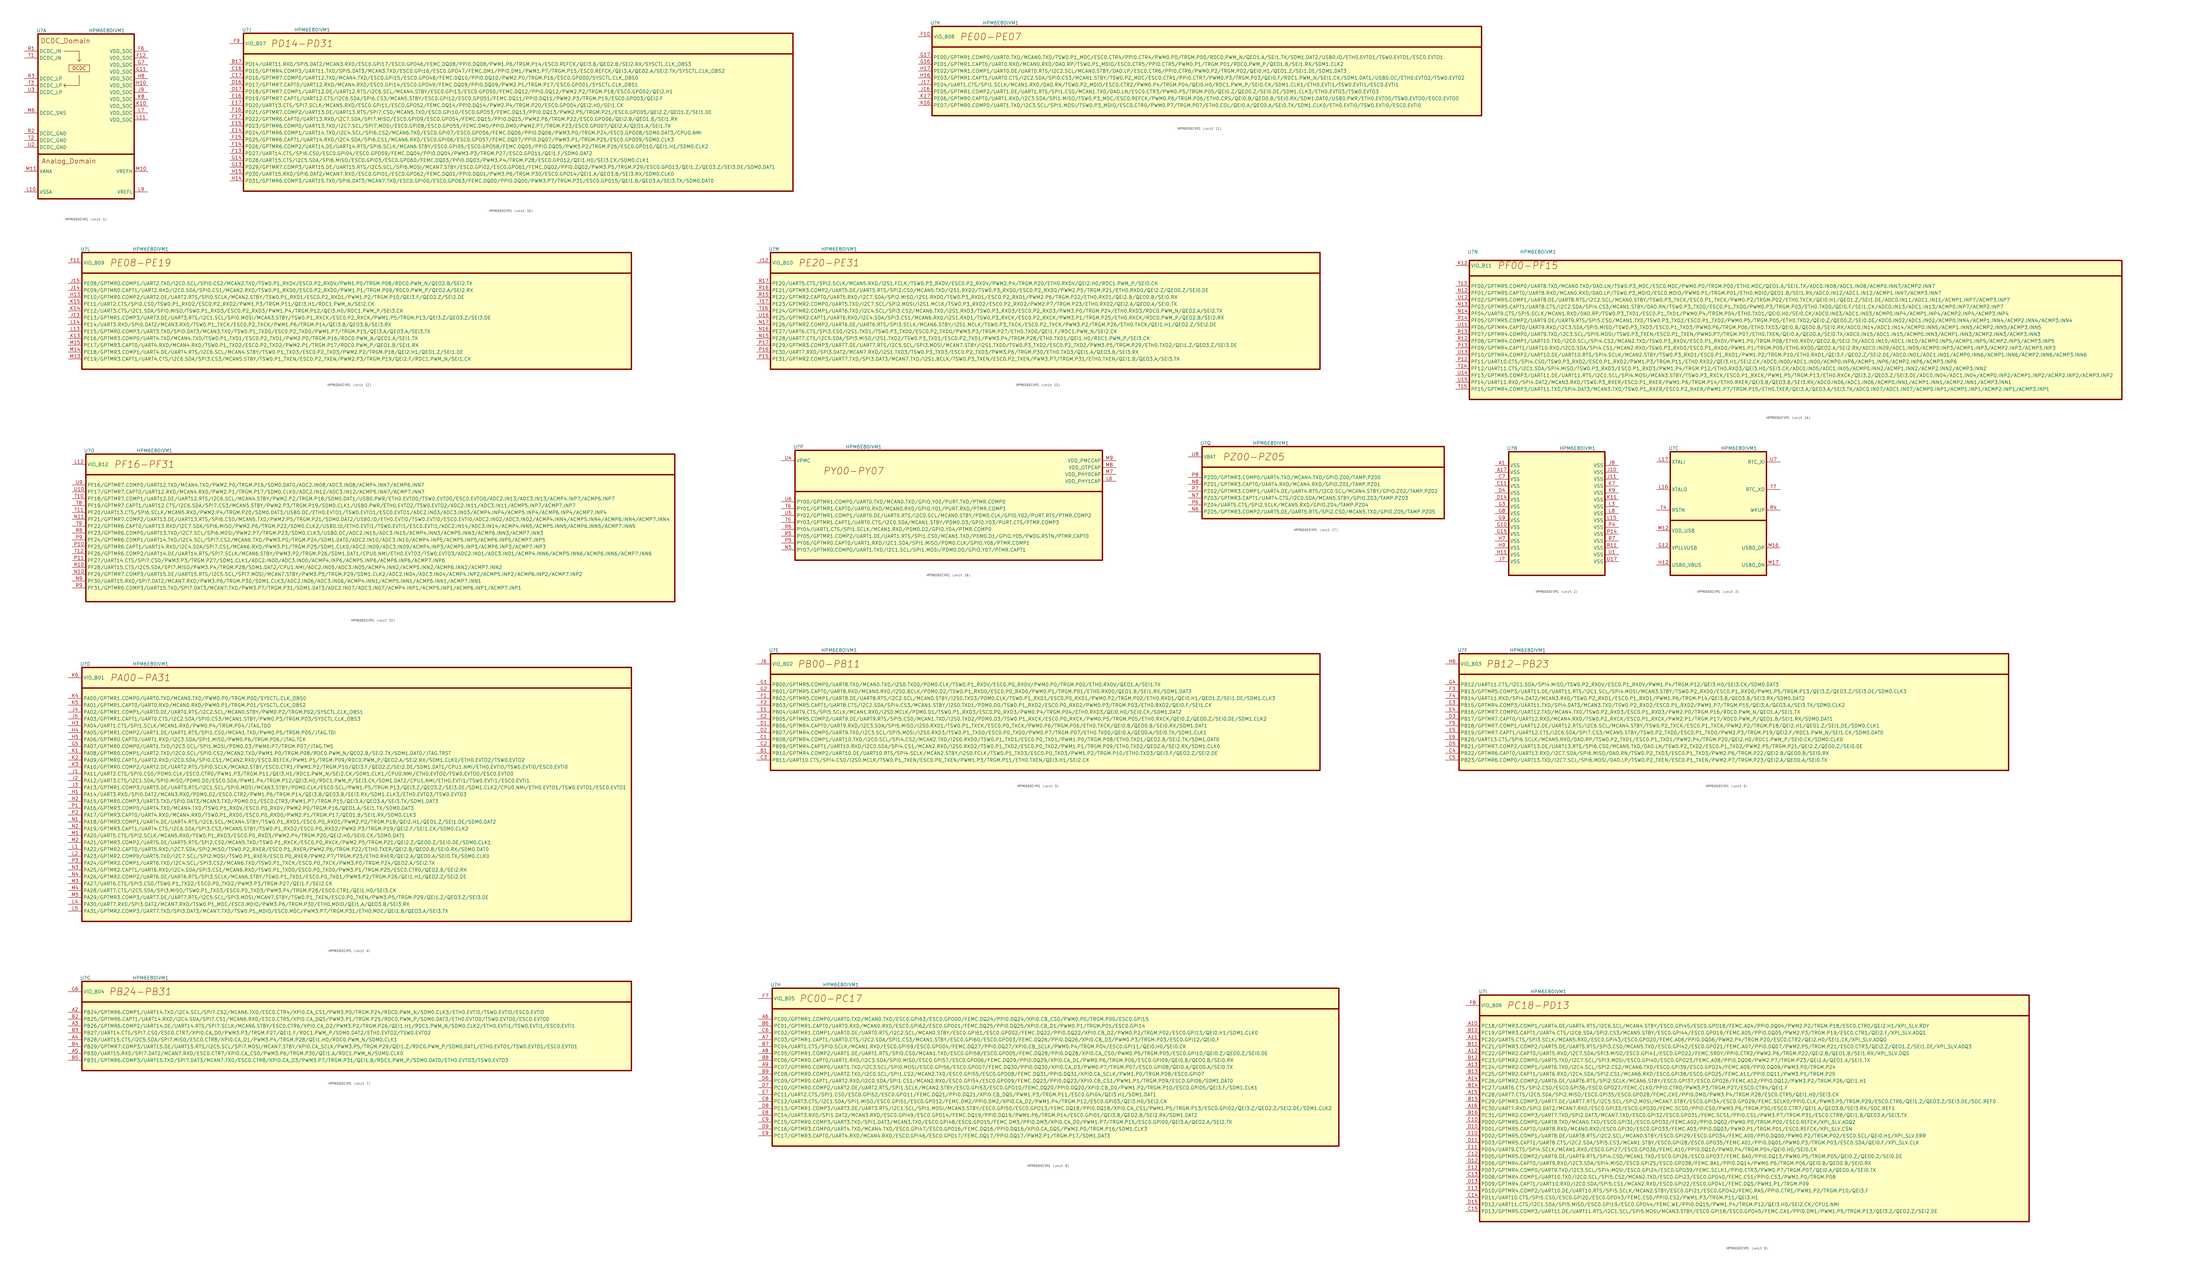
<source format=kicad_sym>
(kicad_symbol_lib
  (version 20220914)
  (generator kicad_symbol_editor)
  (symbol "HPM6E80IVM1"
    (property "Reference" "U"
      (at 1.27 1.27 0)
      (effects (font (size 1.27 1.27))))
    (property "Value" "HPM6E80IVM1"
      (at 25.4 1.27 0)
      (effects (font (size 1.27 1.27))))
    (property "ki_locked" ""
      (at 0 0 0)
      (effects (font (size 1.27 1.27))))
    (symbol "HPM6E80IVM1_1_1"
      (polyline (pts (xy 0 -44.45) (xy 35.56 -44.45)) (stroke (width 0.508) (type default)) (fill (type none)))
      (polyline (pts (xy 9.525 -6.35) (xy 15.24 -6.35) (xy 15.24 -10.16) (xy 14.605 -9.525) (xy 15.24 -10.16) (xy 15.875 -9.525)) (stroke (width 0) (type default)) (fill (type none)))
      (polyline (pts (xy 15.24 -15.24) (xy 15.24 -19.05) (xy 9.525 -19.05) (xy 10.16 -18.415) (xy 9.525 -19.05) (xy 10.16 -19.685)) (stroke (width 0) (type default)) (fill (type none)))
      (rectangle (start 0 0) (end 35.56 -60.96) (stroke (width 0.508) (type default)) (fill (type background)))
      (rectangle (start 11.43 -11.43) (end 19.05 -13.97) (stroke (width 0) (type default)) (fill (type none)))
      (text "Analog_Domain" (at 11.43 -46.99 0) (effects (font (size 1.778 1.778))))
      (text "DCDC" (at 15.24 -12.7 0) (effects (font (size 1.27 1.27))))
      (text "DCDC_Domain" (at 10.16 -2.54 0) (effects (font (size 1.778 1.778))))
      (pin power_in line (at 40.64 -8.89 180) (length 5.08) (name "VDD_SOC" (effects (font (size 1.27 1.27)))) (number "F12" (effects (font (size 1.27 1.27)))))
      (pin power_in line (at 40.64 -6.35 180) (length 5.08) (name "VDD_SOC" (effects (font (size 1.27 1.27)))) (number "F6" (effects (font (size 1.27 1.27)))))
      (pin power_in line (at 40.64 -13.97 180) (length 5.08) (name "VDD_SOC" (effects (font (size 1.27 1.27)))) (number "G11" (effects (font (size 1.27 1.27)))))
      (pin power_in line (at 40.64 -11.43 180) (length 5.08) (name "VDD_SOC" (effects (font (size 1.27 1.27)))) (number "G7" (effects (font (size 1.27 1.27)))))
      (pin power_in line (at 40.64 -19.05 180) (length 5.08) (name "VDD_SOC" (effects (font (size 1.27 1.27)))) (number "H10" (effects (font (size 1.27 1.27)))))
      (pin power_in line (at 40.64 -16.51 180) (length 5.08) (name "VDD_SOC" (effects (font (size 1.27 1.27)))) (number "H8" (effects (font (size 1.27 1.27)))))
      (pin power_in line (at 40.64 -21.59 180) (length 5.08) (name "VDD_SOC" (effects (font (size 1.27 1.27)))) (number "J9" (effects (font (size 1.27 1.27)))))
      (pin power_in line (at 40.64 -26.67 180) (length 5.08) (name "VDD_SOC" (effects (font (size 1.27 1.27)))) (number "K10" (effects (font (size 1.27 1.27)))))
      (pin power_in line (at 40.64 -24.13 180) (length 5.08) (name "VDD_SOC" (effects (font (size 1.27 1.27)))) (number "K8" (effects (font (size 1.27 1.27)))))
      (pin power_in line (at -5.08 -58.42 0) (length 5.08) (name "VSSA" (effects (font (size 1.27 1.27)))) (number "L10" (effects (font (size 1.27 1.27)))))
      (pin power_in line (at 40.64 -31.75 180) (length 5.08) (name "VDD_SOC" (effects (font (size 1.27 1.27)))) (number "L11" (effects (font (size 1.27 1.27)))))
      (pin power_in line (at 40.64 -29.21 180) (length 5.08) (name "VDD_SOC" (effects (font (size 1.27 1.27)))) (number "L7" (effects (font (size 1.27 1.27)))))
      (pin power_in line (at 40.64 -58.42 180) (length 5.08) (name "VREFL" (effects (font (size 1.27 1.27)))) (number "L9" (effects (font (size 1.27 1.27)))))
      (pin power_in line (at 40.64 -50.8 180) (length 5.08) (name "VREFH" (effects (font (size 1.27 1.27)))) (number "M10" (effects (font (size 1.27 1.27)))))
      (pin power_in line (at -5.08 -50.8 0) (length 5.08) (name "VANA" (effects (font (size 1.27 1.27)))) (number "M11" (effects (font (size 1.27 1.27)))))
      (pin power_in line (at -5.08 -29.21 0) (length 5.08) (name "DCDC_SNS" (effects (font (size 1.27 1.27)))) (number "M6" (effects (font (size 1.27 1.27)))))
      (pin power_in line (at -5.08 -6.35 0) (length 5.08) (name "DCDC_IN" (effects (font (size 1.27 1.27)))) (number "R1" (effects (font (size 1.27 1.27)))))
      (pin power_in line (at -5.08 -36.83 0) (length 5.08) (name "DCDC_GND" (effects (font (size 1.27 1.27)))) (number "R2" (effects (font (size 1.27 1.27)))))
      (pin power_in line (at -5.08 -16.51 0) (length 5.08) (name "DCDC_LP" (effects (font (size 1.27 1.27)))) (number "R3" (effects (font (size 1.27 1.27)))))
      (pin power_in line (at -5.08 -8.89 0) (length 5.08) (name "DCDC_IN" (effects (font (size 1.27 1.27)))) (number "T1" (effects (font (size 1.27 1.27)))))
      (pin power_in line (at -5.08 -39.37 0) (length 5.08) (name "DCDC_GND" (effects (font (size 1.27 1.27)))) (number "T2" (effects (font (size 1.27 1.27)))))
      (pin power_in line (at -5.08 -19.05 0) (length 5.08) (name "DCDC_LP" (effects (font (size 1.27 1.27)))) (number "T3" (effects (font (size 1.27 1.27)))))
      (pin power_in line (at -5.08 -41.91 0) (length 5.08) (name "DCDC_GND" (effects (font (size 1.27 1.27)))) (number "U2" (effects (font (size 1.27 1.27)))))
      (pin power_in line (at -5.08 -21.59 0) (length 5.08) (name "DCDC_LP" (effects (font (size 1.27 1.27)))) (number "U3" (effects (font (size 1.27 1.27))))))
    (symbol "HPM6E80IVM1_2_1"
      (rectangle (start 0 0) (end 35.56 -45.72) (stroke (width 0.508) (type default)) (fill (type background)))
      (pin power_in line (at -5.08 -5.08 0) (length 5.08) (name "VSS" (effects (font (size 1.27 1.27)))) (number "A1" (effects (font (size 1.27 1.27)))))
      (pin power_in line (at -5.08 -7.62 0) (length 5.08) (name "VSS" (effects (font (size 1.27 1.27)))) (number "A17" (effects (font (size 1.27 1.27)))))
      (pin power_in line (at -5.08 -12.7 0) (length 5.08) (name "VSS" (effects (font (size 1.27 1.27)))) (number "C11" (effects (font (size 1.27 1.27)))))
      (pin power_in line (at -5.08 -10.16 0) (length 5.08) (name "VSS" (effects (font (size 1.27 1.27)))) (number "C7" (effects (font (size 1.27 1.27)))))
      (pin power_in line (at -5.08 -17.78 0) (length 5.08) (name "VSS" (effects (font (size 1.27 1.27)))) (number "D14" (effects (font (size 1.27 1.27)))))
      (pin power_in line (at -5.08 -15.24 0) (length 5.08) (name "VSS" (effects (font (size 1.27 1.27)))) (number "D4" (effects (font (size 1.27 1.27)))))
      (pin power_in line (at -5.08 -27.94 0) (length 5.08) (name "VSS" (effects (font (size 1.27 1.27)))) (number "G10" (effects (font (size 1.27 1.27)))))
      (pin power_in line (at -5.08 -30.48 0) (length 5.08) (name "VSS" (effects (font (size 1.27 1.27)))) (number "G15" (effects (font (size 1.27 1.27)))))
      (pin power_in line (at -5.08 -20.32 0) (length 5.08) (name "VSS" (effects (font (size 1.27 1.27)))) (number "G3" (effects (font (size 1.27 1.27)))))
      (pin power_in line (at -5.08 -22.86 0) (length 5.08) (name "VSS" (effects (font (size 1.27 1.27)))) (number "G8" (effects (font (size 1.27 1.27)))))
      (pin power_in line (at -5.08 -25.4 0) (length 5.08) (name "VSS" (effects (font (size 1.27 1.27)))) (number "G9" (effects (font (size 1.27 1.27)))))
      (pin power_in line (at -5.08 -38.1 0) (length 5.08) (name "VSS" (effects (font (size 1.27 1.27)))) (number "H11" (effects (font (size 1.27 1.27)))))
      (pin power_in line (at -5.08 -33.02 0) (length 5.08) (name "VSS" (effects (font (size 1.27 1.27)))) (number "H7" (effects (font (size 1.27 1.27)))))
      (pin power_in line (at -5.08 -35.56 0) (length 5.08) (name "VSS" (effects (font (size 1.27 1.27)))) (number "H9" (effects (font (size 1.27 1.27)))))
      (pin power_in line (at 40.64 -7.62 180) (length 5.08) (name "VSS" (effects (font (size 1.27 1.27)))) (number "J10" (effects (font (size 1.27 1.27)))))
      (pin power_in line (at 40.64 -10.16 180) (length 5.08) (name "VSS" (effects (font (size 1.27 1.27)))) (number "J11" (effects (font (size 1.27 1.27)))))
      (pin power_in line (at -5.08 -40.64 0) (length 5.08) (name "VSS" (effects (font (size 1.27 1.27)))) (number "J7" (effects (font (size 1.27 1.27)))))
      (pin power_in line (at 40.64 -5.08 180) (length 5.08) (name "VSS" (effects (font (size 1.27 1.27)))) (number "J8" (effects (font (size 1.27 1.27)))))
      (pin power_in line (at 40.64 -17.78 180) (length 5.08) (name "VSS" (effects (font (size 1.27 1.27)))) (number "K11" (effects (font (size 1.27 1.27)))))
      (pin power_in line (at 40.64 -12.7 180) (length 5.08) (name "VSS" (effects (font (size 1.27 1.27)))) (number "K7" (effects (font (size 1.27 1.27)))))
      (pin power_in line (at 40.64 -15.24 180) (length 5.08) (name "VSS" (effects (font (size 1.27 1.27)))) (number "K9" (effects (font (size 1.27 1.27)))))
      (pin power_in line (at 40.64 -25.4 180) (length 5.08) (name "VSS" (effects (font (size 1.27 1.27)))) (number "L15" (effects (font (size 1.27 1.27)))))
      (pin power_in line (at 40.64 -20.32 180) (length 5.08) (name "VSS" (effects (font (size 1.27 1.27)))) (number "L3" (effects (font (size 1.27 1.27)))))
      (pin power_in line (at 40.64 -22.86 180) (length 5.08) (name "VSS" (effects (font (size 1.27 1.27)))) (number "L8" (effects (font (size 1.27 1.27)))))
      (pin power_in line (at 40.64 -30.48 180) (length 5.08) (name "VSS" (effects (font (size 1.27 1.27)))) (number "P14" (effects (font (size 1.27 1.27)))))
      (pin power_in line (at 40.64 -27.94 180) (length 5.08) (name "VSS" (effects (font (size 1.27 1.27)))) (number "P4" (effects (font (size 1.27 1.27)))))
      (pin power_in line (at 40.64 -35.56 180) (length 5.08) (name "VSS" (effects (font (size 1.27 1.27)))) (number "R11" (effects (font (size 1.27 1.27)))))
      (pin power_in line (at 40.64 -33.02 180) (length 5.08) (name "VSS" (effects (font (size 1.27 1.27)))) (number "R7" (effects (font (size 1.27 1.27)))))
      (pin power_in line (at 40.64 -38.1 180) (length 5.08) (name "VSS" (effects (font (size 1.27 1.27)))) (number "U1" (effects (font (size 1.27 1.27)))))
      (pin power_in line (at 40.64 -40.64 180) (length 5.08) (name "VSS" (effects (font (size 1.27 1.27)))) (number "U17" (effects (font (size 1.27 1.27))))))
    (symbol "HPM6E80IVM1_3_1"
      (polyline (pts (xy 0 -25.4) (xy 35.56 -25.4)) (stroke (width 0.508) (type default)) (fill (type none)))
      (rectangle (start 0 0) (end 35.56 -45.72) (stroke (width 0.508) (type default)) (fill (type background)))
      (pin input line (at -5.08 -35.56 0) (length 5.08) (name "VPLLVUSB" (effects (font (size 1.27 1.27)))) (number "G12" (effects (font (size 1.27 1.27)))))
      (pin input line (at -5.08 -41.91 0) (length 5.08) (name "USB0_VBUS" (effects (font (size 1.27 1.27)))) (number "H12" (effects (font (size 1.27 1.27)))))
      (pin input line (at -5.08 -13.97 0) (length 5.08) (name "XTALO" (effects (font (size 1.27 1.27)))) (number "L16" (effects (font (size 1.27 1.27)))))
      (pin input line (at -5.08 -3.81 0) (length 5.08) (name "XTALI" (effects (font (size 1.27 1.27)))) (number "L17" (effects (font (size 1.27 1.27)))))
      (pin input line (at -5.08 -29.21 0) (length 5.08) (name "VDD_USB" (effects (font (size 1.27 1.27)))) (number "M12" (effects (font (size 1.27 1.27)))))
      (pin input line (at 40.64 -35.56 180) (length 5.08) (name "USB0_DP" (effects (font (size 1.27 1.27)))) (number "M16" (effects (font (size 1.27 1.27)))))
      (pin input line (at 40.64 -41.91 180) (length 5.08) (name "USB0_DN" (effects (font (size 1.27 1.27)))) (number "M17" (effects (font (size 1.27 1.27)))))
      (pin input line (at 40.64 -21.59 180) (length 5.08) (name "WKUP" (effects (font (size 1.27 1.27)))) (number "R4" (effects (font (size 1.27 1.27)))))
      (pin input line (at -5.08 -21.59 0) (length 5.08) (name "RSTN" (effects (font (size 1.27 1.27)))) (number "T4" (effects (font (size 1.27 1.27)))))
      (pin input line (at 40.64 -13.97 180) (length 5.08) (name "RTC_XO" (effects (font (size 1.27 1.27)))) (number "T7" (effects (font (size 1.27 1.27)))))
      (pin input line (at 40.64 -3.81 180) (length 5.08) (name "RTC_XI" (effects (font (size 1.27 1.27)))) (number "U7" (effects (font (size 1.27 1.27))))))
    (symbol "HPM6E80IVM1_4_1"
      (polyline (pts (xy 0 -7.62) (xy 203.2 -7.62)) (stroke (width 0.508) (type default)) (fill (type none)))
      (rectangle (start 0 0) (end 203.2 -93.98) (stroke (width 0.508) (type default)) (fill (type background)))
      (text "PA00-PA31" (at 21.59 -3.81 0) (effects (font (size 2.54 2.54) italic)))
      (pin input line (at -5.08 -29.21 0) (length 5.08) (name "PA07/GPTMR0.COMP0/UART1.TXD/I2C3.SCL/SPI1.MOSI/PDM0.D3/PWM0.P7/TRGM.P07/JTAG.TMS" (effects (font (size 1.27 1.27)))) (number "G5" (effects (font (size 1.27 1.27)))))
      (pin input line (at -5.08 -46.99 0) (length 5.08) (name "PA14/UART3.RXD/SPI0.DAT2/MCAN3.RXD/PDM0.D2/ESC0.CTR2/PWM1.P6/TRGM.P14/QEI3.B/QEO3.B/SEI3.RX/SDM1.CLK3/ETH0.EVTO3/TSW0.EVTO3" (effects (font (size 1.27 1.27)))) (number "H1" (effects (font (size 1.27 1.27)))))
      (pin input line (at -5.08 -49.53 0) (length 5.08) (name "PA15/GPTMR0.COMP3/UART3.TXD/SPI0.DAT3/MCAN3.TXD/PDM0.D1/ESC0.CTR3/PWM1.P7/TRGM.P15/QEI3.A/QEO3.A/SEI3.TX/SDM1.DAT3" (effects (font (size 1.27 1.27)))) (number "H2" (effects (font (size 1.27 1.27)))))
      (pin input line (at -5.08 -21.59 0) (length 5.08) (name "PA04/UART1.CTS/SPI1.SCLK/MCAN1.RXD/PWM0.P4/TRGM.P04/JTAG.TDO" (effects (font (size 1.27 1.27)))) (number "H3" (effects (font (size 1.27 1.27)))))
      (pin input line (at -5.08 -24.13 0) (length 5.08) (name "PA05/GPTMR1.COMP2/UART1.DE/UART1.RTS/SPI1.CS0/MCAN1.TXD/PWM0.P5/TRGM.P05/JTAG.TDI" (effects (font (size 1.27 1.27)))) (number "H4" (effects (font (size 1.27 1.27)))))
      (pin input line (at -5.08 -26.67 0) (length 5.08) (name "PA06/GPTMR0.CAPT0/UART1.RXD/I2C3.SDA/SPI1.MISO/PWM0.P6/TRGM.P06/JTAG.TCK" (effects (font (size 1.27 1.27)))) (number "H5" (effects (font (size 1.27 1.27)))))
      (pin input line (at -5.08 -39.37 0) (length 5.08) (name "PA11/UART2.CTS/SPI0.CS0/PDM0.CLK/ESC0.CTR0/PWM1.P3/TRGM.P11/QEI3.H1/RDC1.PWM_N/SEI2.CK/SDM1.CLK1/CPU0.NMI/ETH0.EVTO0/TSW0.EVTO0/ESC0.EVTO0" (effects (font (size 1.27 1.27)))) (number "J1" (effects (font (size 1.27 1.27)))))
      (pin input line (at -5.08 -41.91 0) (length 5.08) (name "PA12/UART3.CTS/I2C1.SDA/SPI0.MISO/PDM0.D0/ESC0.SDA/PWM1.P4/TRGM.P12/QEI3.H0/RDC1.PWM_P/SEI3.CK/SDM1.DAT2/CPU1.NMI/ETH0.EVTI1/TSW0.EVTI1/ESC0.EVTI1" (effects (font (size 1.27 1.27)))) (number "J2" (effects (font (size 1.27 1.27)))))
      (pin input line (at -5.08 -44.45 0) (length 5.08) (name "PA13/GPTMR1.COMP3/UART3.DE/UART3.RTS/I2C1.SCL/SPI0.MOSI/MCAN3.STBY/PDM0.CLK/ESC0.SCL/PWM1.P5/TRGM.P13/QEI3.Z/QEO3.Z/SEI3.DE/SDM1.CLK2/CPU0.NMI/ETH0.EVTO1/TSW0.EVTO1/ESC0.EVTO1" (effects (font (size 1.27 1.27)))) (number "J3" (effects (font (size 1.27 1.27)))))
      (pin input line (at -5.08 -16.51 0) (length 5.08) (name "PA02/GPTMR1.COMP1/UART0.DE/UART0.RTS/I2C2.SCL/MCAN0.STBY/PWM0.P2/TRGM.P02/SYSCTL.CLK_OBS1" (effects (font (size 1.27 1.27)))) (number "J4" (effects (font (size 1.27 1.27)))))
      (pin input line (at -5.08 -19.05 0) (length 5.08) (name "PA03/GPTMR1.CAPT1/UART0.CTS/I2C2.SDA/SPI0.CS3/MCAN1.STBY/PWM0.P3/TRGM.P03/SYSCTL.CLK_OBS3" (effects (font (size 1.27 1.27)))) (number "J5" (effects (font (size 1.27 1.27)))))
      (pin input line (at -5.08 -31.75 0) (length 5.08) (name "PA08/GPTMR0.COMP1/UART2.TXD/I2C0.SCL/SPI0.CS2/MCAN2.TXD/PWM1.P0/TRGM.P08/RDC0.PWM_N/QEO2.B/SEI2.TX/SDM1.DAT0/JTAG.TRST" (effects (font (size 1.27 1.27)))) (number "K1" (effects (font (size 1.27 1.27)))))
      (pin input line (at -5.08 -34.29 0) (length 5.08) (name "PA09/GPTMR0.CAPT1/UART2.RXD/I2C0.SDA/SPI0.CS1/MCAN2.RXD/ESC0.REFCK/PWM1.P1/TRGM.P09/RDC0.PWM_P/QEO2.A/SEI2.RX/SDM1.CLK0/ETH0.EVTO2/TSW0.EVTO2" (effects (font (size 1.27 1.27)))) (number "K2" (effects (font (size 1.27 1.27)))))
      (pin input line (at -5.08 -36.83 0) (length 5.08) (name "PA10/GPTMR0.COMP2/UART2.DE/UART2.RTS/SPI0.SCLK/MCAN2.STBY/ESC0.CTR1/PWM1.P2/TRGM.P10/QEI3.F/QEO2.Z/SEI2.DE/SDM1.DAT1/CPU1.NMI/ETH0.EVTI0/TSW0.EVTI0/ESC0.EVTI0" (effects (font (size 1.27 1.27)))) (number "K3" (effects (font (size 1.27 1.27)))))
      (pin input line (at -5.08 -11.43 0) (length 5.08) (name "PA00/GPTMR1.COMP0/UART0.TXD/MCAN0.TXD/PWM0.P0/TRGM.P00/SYSCTL.CLK_OBS0" (effects (font (size 1.27 1.27)))) (number "K4" (effects (font (size 1.27 1.27)))))
      (pin input line (at -5.08 -13.97 0) (length 5.08) (name "PA01/GPTMR1.CAPT0/UART0.RXD/MCAN0.RXD/PWM0.P1/TRGM.P01/SYSCTL.CLK_OBS2" (effects (font (size 1.27 1.27)))) (number "K5" (effects (font (size 1.27 1.27)))))
      (pin input line (at -5.08 -3.81 0) (length 5.08) (name "VIO_B01" (effects (font (size 1.27 1.27)))) (number "K6" (effects (font (size 1.27 1.27)))))
      (pin input line (at -5.08 -67.31 0) (length 5.08) (name "PA22/GPTMR2.CAPT0/UART5.RXD/I2C7.SDA/SPI2.MISO/TSW0.P2_RXER/ESC0.P1_RXER/PWM2.P6/TRGM.P22/ETH0.TXER/QEI2.B/QEO0.B/SEI0.RX/SDM0.DAT0" (effects (font (size 1.27 1.27)))) (number "L1" (effects (font (size 1.27 1.27)))))
      (pin input line (at -5.08 -69.85 0) (length 5.08) (name "PA23/GPTMR2.COMP0/UART5.TXD/I2C7.SCL/SPI2.MOSI/TSW0.P1_RXER/ESC0.P0_RXER/PWM2.P7/TRGM.P23/ETH0.RXER/QEI2.A/QEO0.A/SEI0.TX/SDM0.CLK0" (effects (font (size 1.27 1.27)))) (number "L2" (effects (font (size 1.27 1.27)))))
      (pin input line (at -5.08 -87.63 0) (length 5.08) (name "PA30/UART7.RXD/SPI3.DAT2/MCAN7.RXD/TSW0.P1_MDC/ESC0.MDIO/PWM3.P6/TRGM.P30/ETH0.MDIO/QEI1.A/QEO3.B/SEI3.RX" (effects (font (size 1.27 1.27)))) (number "L4" (effects (font (size 1.27 1.27)))))
      (pin input line (at -5.08 -90.17 0) (length 5.08) (name "PA31/GPTMR2.COMP3/UART7.TXD/SPI3.DAT3/MCAN7.TXD/TSW0.P1_MDIO/ESC0.MDC/PWM3.P7/TRGM.P31/ETH0.MDC/QEI1.B/QEO3.A/SEI3.TX" (effects (font (size 1.27 1.27)))) (number "L5" (effects (font (size 1.27 1.27)))))
      (pin input line (at -5.08 -62.23 0) (length 5.08) (name "PA20/UART5.CTS/SPI2.SCLK/MCAN5.RXD/TSW0.P1_RXD3/ESC0.P0_RXD3/PWM2.P4/TRGM.P20/QEI2.H0/SEI0.CK/SDM0.DAT1" (effects (font (size 1.27 1.27)))) (number "M1" (effects (font (size 1.27 1.27)))))
      (pin input line (at -5.08 -64.77 0) (length 5.08) (name "PA21/GPTMR3.COMP2/UART5.DE/UART5.RTS/SPI2.CS0/MCAN5.TXD/TSW0.P1_RXCK/ESC0.P0_RXCK/PWM2.P5/TRGM.P21/QEI2.Z/QEO0.Z/SEI0.DE/SDM0.CLK1" (effects (font (size 1.27 1.27)))) (number "M2" (effects (font (size 1.27 1.27)))))
      (pin input line (at -5.08 -80.01 0) (length 5.08) (name "PA27/UART6.CTS/SPI3.CS0/TSW0.P1_TXD2/ESC0.P0_TXD2/PWM3.P3/TRGM.P27/QEI1.F/SEI2.CK" (effects (font (size 1.27 1.27)))) (number "M3" (effects (font (size 1.27 1.27)))))
      (pin input line (at -5.08 -82.55 0) (length 5.08) (name "PA28/UART7.CTS/I2C5.SDA/SPI3.MISO/TSW0.P1_TXD3/ESC0.P0_TXD3/PWM3.P4/TRGM.P28/ESC0.CTR1/QEI1.H0/SEI3.CK" (effects (font (size 1.27 1.27)))) (number "M4" (effects (font (size 1.27 1.27)))))
      (pin input line (at -5.08 -85.09 0) (length 5.08) (name "PA29/GPTMR3.COMP3/UART7.DE/UART7.RTS/I2C5.SCL/SPI3.MOSI/MCAN7.STBY/TSW0.P1_TXEN/ESC0.P0_TXEN/PWM3.P5/TRGM.P29/QEI1.Z/QEO3.Z/SEI3.DE" (effects (font (size 1.27 1.27)))) (number "M5" (effects (font (size 1.27 1.27)))))
      (pin input line (at -5.08 -57.15 0) (length 5.08) (name "PA18/GPTMR3.COMP1/UART4.DE/UART4.RTS/I2C6.SCL/MCAN4.STBY/TSW0.P1_RXD1/ESC0.P0_RXD1/PWM2.P2/TRGM.P18/QEI2.H1/QEO1.Z/SEI1.DE/SDM0.DAT2" (effects (font (size 1.27 1.27)))) (number "N1" (effects (font (size 1.27 1.27)))))
      (pin input line (at -5.08 -59.69 0) (length 5.08) (name "PA19/GPTMR3.CAPT1/UART4.CTS/I2C6.SDA/SPI3.CS3/MCAN5.STBY/TSW0.P1_RXD2/ESC0.P0_RXD2/PWM2.P3/TRGM.P19/QEI2.F/SEI1.CK/SDM0.CLK2" (effects (font (size 1.27 1.27)))) (number "N2" (effects (font (size 1.27 1.27)))))
      (pin input line (at -5.08 -74.93 0) (length 5.08) (name "PA25/GPTMR2.CAPT1/UART6.RXD/I2C4.SDA/SPI3.CS1/MCAN6.RXD/TSW0.P1_TXD0/ESC0.P0_TXD0/PWM3.P1/TRGM.P25/ESC0.CTR0/QEO2.B/SEI2.RX" (effects (font (size 1.27 1.27)))) (number "N3" (effects (font (size 1.27 1.27)))))
      (pin input line (at -5.08 -77.47 0) (length 5.08) (name "PA26/GPTMR2.COMP2/UART6.DE/UART6.RTS/SPI3.SCLK/MCAN6.STBY/TSW0.P1_TXD1/ESC0.P0_TXD1/PWM3.P2/TRGM.P26/QEI1.H1/QEO2.Z/SEI2.DE" (effects (font (size 1.27 1.27)))) (number "N4" (effects (font (size 1.27 1.27)))))
      (pin input line (at -5.08 -52.07 0) (length 5.08) (name "PA16/GPTMR3.COMP0/UART4.TXD/MCAN4.TXD/TSW0.P1_RXDV/ESC0.P0_RXDV/PWM2.P0/TRGM.P16/QEO1.A/SEI1.TX/SDM0.DAT3" (effects (font (size 1.27 1.27)))) (number "P1" (effects (font (size 1.27 1.27)))))
      (pin input line (at -5.08 -54.61 0) (length 5.08) (name "PA17/GPTMR3.CAPT0/UART4.RXD/MCAN4.RXD/TSW0.P1_RXD0/ESC0.P0_RXD0/PWM2.P1/TRGM.P17/QEO1.B/SEI1.RX/SDM0.CLK3" (effects (font (size 1.27 1.27)))) (number "P2" (effects (font (size 1.27 1.27)))))
      (pin input line (at -5.08 -72.39 0) (length 5.08) (name "PA24/GPTMR2.COMP1/UART6.TXD/I2C4.SCL/SPI3.CS2/MCAN6.TXD/TSW0.P1_TXCK/ESC0.P0_TXCK/PWM3.P0/TRGM.P24/QEO2.A/SEI2.TX" (effects (font (size 1.27 1.27)))) (number "P3" (effects (font (size 1.27 1.27))))))
    (symbol "HPM6E80IVM1_5_1"
      (polyline (pts (xy 0 -7.62) (xy 203.2 -7.62)) (stroke (width 0.508) (type default)) (fill (type none)))
      (rectangle (start 0 0) (end 203.2 -43.18) (stroke (width 0.508) (type default)) (fill (type background)))
      (text "PB00-PB11" (at 21.59 -3.81 0) (effects (font (size 2.54 2.54) italic)))
      (pin input line (at -5.08 -36.83 0) (length 5.08) (name "PB10/GPTMR4.COMP2/UART10.DE/UART10.RTS/SPI4.SCLK/MCAN2.STBY/I2S0.FCLK/TSW0.P1_TXD3/ESC0.P0_TXD3/PWM1.P2/TRGM.P10/ETH0.TXD3/QEI3.F/QEO2.Z/SEI2.DE" (effects (font (size 1.27 1.27)))) (number "B1" (effects (font (size 1.27 1.27)))))
      (pin input line (at -5.08 -31.75 0) (length 5.08) (name "PB08/GPTMR4.COMP1/UART10.TXD/I2C0.SCL/SPI4.CS2/MCAN2.TXD/I2S0.RXD0/TSW0.P1_TXD1/ESC0.P0_TXD1/PWM1.P0/TRGM.P08/ETH0.TXD1/QEO2.B/SEI2.TX/SDM1.DAT0" (effects (font (size 1.27 1.27)))) (number "C1" (effects (font (size 1.27 1.27)))))
      (pin input line (at -5.08 -34.29 0) (length 5.08) (name "PB09/GPTMR4.CAPT1/UART10.RXD/I2C0.SDA/SPI4.CS1/MCAN2.RXD/I2S0.RXD2/TSW0.P1_TXD2/ESC0.P0_TXD2/PWM1.P1/TRGM.P09/ETH0.TXD2/QEO2.A/SEI2.RX/SDM1.CLK0" (effects (font (size 1.27 1.27)))) (number "C2" (effects (font (size 1.27 1.27)))))
      (pin input line (at -5.08 -39.37 0) (length 5.08) (name "PB11/UART10.CTS/SPI4.CS0/I2S0.MCLK/TSW0.P1_TXEN/ESC0.P0_TXEN/PWM1.P3/TRGM.P11/ETH0.TXEN/QEI3.H1/SEI2.CK" (effects (font (size 1.27 1.27)))) (number "C3" (effects (font (size 1.27 1.27)))))
      (pin input line (at -5.08 -26.67 0) (length 5.08) (name "PB06/GPTMR4.CAPT0/UART9.RXD/I2C3.SDA/SPI5.MISO/I2S0.RXD1/TSW0.P1_TXCK/ESC0.P0_TXCK/PWM0.P6/TRGM.P06/ETH0.TXCK/QEI0.B/QEO0.B/SEI0.RX/SDM1.DAT1" (effects (font (size 1.27 1.27)))) (number "D1" (effects (font (size 1.27 1.27)))))
      (pin input line (at -5.08 -29.21 0) (length 5.08) (name "PB07/GPTMR4.COMP0/UART9.TXD/I2C3.SCL/SPI5.MOSI/I2S0.RXD3/TSW0.P1_TXD0/ESC0.P0_TXD0/PWM0.P7/TRGM.P07/ETH0.TXD0/QEI0.A/QEO0.A/SEI0.TX/SDM1.CLK1" (effects (font (size 1.27 1.27)))) (number "D2" (effects (font (size 1.27 1.27)))))
      (pin input line (at -5.08 -21.59 0) (length 5.08) (name "PB04/UART9.CTS/SPI5.SCLK/MCAN1.RXD/I2S0.MCLK/PDM0.D1/TSW0.P1_RXD3/ESC0.P0_RXD3/PWM0.P4/TRGM.P04/ETH0.RXD3/QEI0.H0/SEI0.CK/SDM1.DAT2" (effects (font (size 1.27 1.27)))) (number "E1" (effects (font (size 1.27 1.27)))))
      (pin input line (at -5.08 -24.13 0) (length 5.08) (name "PB05/GPTMR5.COMP2/UART9.DE/UART9.RTS/SPI5.CS0/MCAN1.TXD/I2S0.TXD2/PDM0.D3/TSW0.P1_RXCK/ESC0.P0_RXCK/PWM0.P5/TRGM.P05/ETH0.RXCK/QEI0.Z/QEO0.Z/SEI0.DE/SDM1.CLK2" (effects (font (size 1.27 1.27)))) (number "E2" (effects (font (size 1.27 1.27)))))
      (pin input line (at -5.08 -16.51 0) (length 5.08) (name "PB02/GPTMR5.COMP1/UART8.DE/UART8.RTS/I2C2.SCL/MCAN0.STBY/I2S0.TXD3/PDM0.CLK/TSW0.P1_RXD1/ESC0.P0_RXD1/PWM0.P2/TRGM.P02/ETH0.RXD1/QEI0.H1/QEO1.Z/SEI1.DE/SDM1.CLK3" (effects (font (size 1.27 1.27)))) (number "F1" (effects (font (size 1.27 1.27)))))
      (pin input line (at -5.08 -19.05 0) (length 5.08) (name "PB03/GPTMR5.CAPT1/UART8.CTS/I2C2.SDA/SPI4.CS3/MCAN1.STBY/I2S0.TXD1/PDM0.D0/TSW0.P1_RXD2/ESC0.P0_RXD2/PWM0.P3/TRGM.P03/ETH0.RXD2/QEI0.F/SEI1.CK" (effects (font (size 1.27 1.27)))) (number "F2" (effects (font (size 1.27 1.27)))))
      (pin input line (at -5.08 -11.43 0) (length 5.08) (name "PB00/GPTMR5.COMP0/UART8.TXD/MCAN0.TXD/I2S0.TXD0/PDM0.CLK/TSW0.P1_RXDV/ESC0.P0_RXDV/PWM0.P0/TRGM.P00/ETH0.RXDV/QEO1.A/SEI1.TX" (effects (font (size 1.27 1.27)))) (number "G1" (effects (font (size 1.27 1.27)))))
      (pin input line (at -5.08 -13.97 0) (length 5.08) (name "PB01/GPTMR5.CAPT0/UART8.RXD/MCAN0.RXD/I2S0.BCLK/PDM0.D2/TSW0.P1_RXD0/ESC0.P0_RXD0/PWM0.P1/TRGM.P01/ETH0.RXD0/QEO1.B/SEI1.RX/SDM1.DAT3" (effects (font (size 1.27 1.27)))) (number "G2" (effects (font (size 1.27 1.27)))))
      (pin input line (at -5.08 -3.81 0) (length 5.08) (name "VIO_B02" (effects (font (size 1.27 1.27)))) (number "J6" (effects (font (size 1.27 1.27))))))
    (symbol "HPM6E80IVM1_6_1"
      (polyline (pts (xy 0 -7.62) (xy 203.2 -7.62)) (stroke (width 0.508) (type default)) (fill (type none)))
      (rectangle (start 0 0) (end 203.2 -43.18) (stroke (width 0.508) (type default)) (fill (type background)))
      (text "PB12-PB23" (at 21.59 -3.81 0) (effects (font (size 2.54 2.54) italic)))
      (pin input line (at -5.08 -36.83 0) (length 5.08) (name "PB22/GPTMR6.CAPT0/UART13.RXD/I2C7.SDA/SPI6.MISO/DAO.RN/TSW0.P2_TXD3/ESC0.P1_TXD3/PWM2.P6/TRGM.P22/QEI2.B/QEO0.B/SEI0.RX" (effects (font (size 1.27 1.27)))) (number "C4" (effects (font (size 1.27 1.27)))))
      (pin input line (at -5.08 -39.37 0) (length 5.08) (name "PB23/GPTMR6.COMP0/UART13.TXD/I2C7.SCL/SPI6.MOSI/DAO.LP/TSW0.P2_TXEN/ESC0.P1_TXEN/PWM2.P7/TRGM.P23/QEI2.A/QEO0.A/SEI0.TX" (effects (font (size 1.27 1.27)))) (number "C5" (effects (font (size 1.27 1.27)))))
      (pin input line (at -5.08 -24.13 0) (length 5.08) (name "PB17/GPTMR7.CAPT0/UART12.RXD/MCAN4.RXD/TSW0.P2_RXCK/ESC0.P1_RXCK/PWM2.P1/TRGM.P17/RDC0.PWM_P/QEO1.B/SEI1.RX/SDM0.DAT1" (effects (font (size 1.27 1.27)))) (number "D3" (effects (font (size 1.27 1.27)))))
      (pin input line (at -5.08 -34.29 0) (length 5.08) (name "PB21/GPTMR7.COMP2/UART13.DE/UART13.RTS/SPI6.CS0/MCAN5.TXD/DAO.LN/TSW0.P2_TXD2/ESC0.P1_TXD2/PWM2.P5/TRGM.P21/QEI2.Z/QEO0.Z/SEI0.DE" (effects (font (size 1.27 1.27)))) (number "D5" (effects (font (size 1.27 1.27)))))
      (pin input line (at -5.08 -19.05 0) (length 5.08) (name "PB15/GPTMR4.COMP3/UART11.TXD/SPI4.DAT3/MCAN3.TXD/TSW0.P2_RXD2/ESC0.P1_RXD2/PWM1.P7/TRGM.P15/QEI3.A/QEO3.A/SEI3.TX/SDM0.CLK2" (effects (font (size 1.27 1.27)))) (number "E3" (effects (font (size 1.27 1.27)))))
      (pin input line (at -5.08 -21.59 0) (length 5.08) (name "PB16/GPTMR7.COMP0/UART12.TXD/MCAN4.TXD/TSW0.P2_RXD3/ESC0.P1_RXD3/PWM2.P0/TRGM.P16/RDC0.PWM_N/QEO1.A/SEI1.TX" (effects (font (size 1.27 1.27)))) (number "E4" (effects (font (size 1.27 1.27)))))
      (pin input line (at -5.08 -29.21 0) (length 5.08) (name "PB19/GPTMR7.CAPT1/UART12.CTS/I2C6.SDA/SPI7.CS3/MCAN5.STBY/TSW0.P2_TXD0/ESC0.P1_TXD0/PWM2.P3/TRGM.P19/QEI2.F/RDC1.PWM_N/SEI1.CK/SDM0.DAT0" (effects (font (size 1.27 1.27)))) (number "E5" (effects (font (size 1.27 1.27)))))
      (pin input line (at -5.08 -31.75 0) (length 5.08) (name "PB20/UART13.CTS/SPI6.SCLK/MCAN5.RXD/DAO.RP/TSW0.P2_TXD1/ESC0.P1_TXD1/PWM2.P4/TRGM.P20/QEI2.H0/RDC1.PWM_P/SEI0.CK/SDM0.CLK0" (effects (font (size 1.27 1.27)))) (number "E6" (effects (font (size 1.27 1.27)))))
      (pin input line (at -5.08 -13.97 0) (length 5.08) (name "PB13/GPTMR5.COMP3/UART11.DE/UART11.RTS/I2C1.SCL/SPI4.MOSI/MCAN3.STBY/TSW0.P2_RXD0/ESC0.P1_RXD0/PWM1.P5/TRGM.P13/QEI3.Z/QEO3.Z/SEI3.DE/SDM0.CLK3" (effects (font (size 1.27 1.27)))) (number "F3" (effects (font (size 1.27 1.27)))))
      (pin input line (at -5.08 -16.51 0) (length 5.08) (name "PB14/UART11.RXD/SPI4.DAT2/MCAN3.RXD/TSW0.P2_RXD1/ESC0.P1_RXD1/PWM1.P6/TRGM.P14/QEI3.B/QEO3.B/SEI3.RX/SDM0.DAT2" (effects (font (size 1.27 1.27)))) (number "F4" (effects (font (size 1.27 1.27)))))
      (pin input line (at -5.08 -26.67 0) (length 5.08) (name "PB18/GPTMR7.COMP1/UART12.DE/UART12.RTS/I2C6.SCL/MCAN4.STBY/TSW0.P2_TXCK/ESC0.P1_TXCK/PWM2.P2/TRGM.P18/QEI2.H1/QEO1.Z/SEI1.DE/SDM0.CLK1" (effects (font (size 1.27 1.27)))) (number "F5" (effects (font (size 1.27 1.27)))))
      (pin input line (at -5.08 -11.43 0) (length 5.08) (name "PB12/UART11.CTS/I2C1.SDA/SPI4.MISO/TSW0.P2_RXDV/ESC0.P1_RXDV/PWM1.P4/TRGM.P12/QEI3.H0/SEI3.CK/SDM0.DAT3" (effects (font (size 1.27 1.27)))) (number "G4" (effects (font (size 1.27 1.27)))))
      (pin input line (at -5.08 -3.81 0) (length 5.08) (name "VIO_B03" (effects (font (size 1.27 1.27)))) (number "H6" (effects (font (size 1.27 1.27))))))
    (symbol "HPM6E80IVM1_7_1"
      (polyline (pts (xy 0 -7.62) (xy 203.2 -7.62)) (stroke (width 0.508) (type default)) (fill (type none)))
      (rectangle (start 0 0) (end 203.2 -33.02) (stroke (width 0.508) (type default)) (fill (type background)))
      (text "PB24-PB31" (at 21.59 -3.81 0) (effects (font (size 2.54 2.54) italic)))
      (pin input line (at -5.08 -11.43 0) (length 5.08) (name "PB24/GPTMR6.COMP1/UART14.TXD/I2C4.SCL/SPI7.CS2/MCAN6.TXD/ESC0.CTR4/XPI0.CA_CS1/PWM3.P0/TRGM.P24/RDC0.PWM_N/SDM0.CLK3/ETH0.EVTI0/TSW0.EVTI0/ESC0.EVTI0" (effects (font (size 1.27 1.27)))) (number "A2" (effects (font (size 1.27 1.27)))))
      (pin input line (at -5.08 -16.51 0) (length 5.08) (name "PB26/GPTMR6.COMP2/UART14.DE/UART14.RTS/SPI7.SCLK/MCAN6.STBY/ESC0.CTR6/XPI0.CA_D2/PWM3.P2/TRGM.P26/QEI1.H1/RDC1.PWM_N/SDM0.CLK2/ETH0.EVTI1/TSW0.EVTI1/ESC0.EVTI1" (effects (font (size 1.27 1.27)))) (number "A3" (effects (font (size 1.27 1.27)))))
      (pin input line (at -5.08 -21.59 0) (length 5.08) (name "PB28/UART15.CTS/I2C5.SDA/SPI7.MISO/ESC0.CTR8/XPI0.CA_D1/PWM3.P4/TRGM.P28/QEI1.H0/RDC0.PWM_N/SDM0.CLK1" (effects (font (size 1.27 1.27)))) (number "A4" (effects (font (size 1.27 1.27)))))
      (pin input line (at -5.08 -26.67 0) (length 5.08) (name "PB30/UART15.RXD/SPI7.DAT2/MCAN7.RXD/ESC0.CTR7/XPI0.CA_CS0/PWM3.P6/TRGM.P30/QEI1.A/RDC1.PWM_N/SDM0.CLK0" (effects (font (size 1.27 1.27)))) (number "A5" (effects (font (size 1.27 1.27)))))
      (pin input line (at -5.08 -13.97 0) (length 5.08) (name "PB25/GPTMR6.CAPT1/UART14.RXD/I2C4.SDA/SPI7.CS1/MCAN6.RXD/ESC0.CTR5/XPI0.CA_DQS/PWM3.P1/TRGM.P25/RDC0.PWM_P/SDM0.DAT3/ETH0.EVTO0/TSW0.EVTO0/ESC0.EVTO0" (effects (font (size 1.27 1.27)))) (number "B2" (effects (font (size 1.27 1.27)))))
      (pin input line (at -5.08 -19.05 0) (length 5.08) (name "PB27/UART14.CTS/SPI7.CS0/ESC0.CTR7/XPI0.CA_D0/PWM3.P3/TRGM.P27/QEI1.F/RDC1.PWM_P/SDM0.DAT2/ETH0.EVTO2/TSW0.EVTO2" (effects (font (size 1.27 1.27)))) (number "B3" (effects (font (size 1.27 1.27)))))
      (pin input line (at -5.08 -24.13 0) (length 5.08) (name "PB29/GPTMR7.COMP3/UART15.DE/UART15.RTS/I2C5.SCL/SPI7.MOSI/MCAN7.STBY/XPI0.CA_SCLK/PWM3.P5/TRGM.P29/QEI1.Z/RDC0.PWM_P/SDM0.DAT1/ETH0.EVTO1/TSW0.EVTO1/ESC0.EVTO1" (effects (font (size 1.27 1.27)))) (number "B4" (effects (font (size 1.27 1.27)))))
      (pin input line (at -5.08 -29.21 0) (length 5.08) (name "PB31/GPTMR6.COMP3/UART15.TXD/SPI7.DAT3/MCAN7.TXD/ESC0.CTR8/XPI0.CA_D3/PWM3.P7/TRGM.P31/QEI1.B/RDC1.PWM_P/SDM0.DAT0/ETH0.EVTO3/TSW0.EVTO3" (effects (font (size 1.27 1.27)))) (number "B5" (effects (font (size 1.27 1.27)))))
      (pin input line (at -5.08 -3.81 0) (length 5.08) (name "VIO_B04" (effects (font (size 1.27 1.27)))) (number "G6" (effects (font (size 1.27 1.27))))))
    (symbol "HPM6E80IVM1_8_1"
      (polyline (pts (xy 0 -7.62) (xy 209.55 -7.62)) (stroke (width 0.508) (type default)) (fill (type none)))
      (rectangle (start 0 0) (end 209.55 -58.42) (stroke (width 0.508) (type default)) (fill (type background)))
      (text "PC00-PC17" (at 21.59 -3.81 0) (effects (font (size 2.54 2.54) italic)))
      (pin input line (at -5.08 -11.43 0) (length 5.08) (name "PC00/GPTMR1.COMP0/UART0.TXD/MCAN0.TXD/ESC0.GPI63/ESC0.GPO00/FEMC.DQ24/PPI0.DQ24/XPI0.CB_CS0/PWM0.P0/TRGM.P00/ESC0.GPI15" (effects (font (size 1.27 1.27)))) (number "A6" (effects (font (size 1.27 1.27)))))
      (pin input line (at -5.08 -19.05 0) (length 5.08) (name "PC03/GPTMR1.CAPT1/UART0.CTS/I2C2.SDA/SPI1.CS3/MCAN1.STBY/ESC0.GPI60/ESC0.GPO03/FEMC.DQ26/PPI0.DQ26/XPI0.CB_D3/PWM0.P3/TRGM.P03/ESC0.GPI12/QEI0.F" (effects (font (size 1.27 1.27)))) (number "A7" (effects (font (size 1.27 1.27)))))
      (pin input line (at -5.08 -24.13 0) (length 5.08) (name "PC05/GPTMR1.COMP2/UART1.DE/UART1.RTS/SPI0.CS0/MCAN1.TXD/ESC0.GPI58/ESC0.GPO05/FEMC.DQ28/PPI0.DQ28/XPI0.CA_CS0/PWM0.P5/TRGM.P05/ESC0.GPI10/QEI0.Z/QEO0.Z/SEI0.DE" (effects (font (size 1.27 1.27)))) (number "A8" (effects (font (size 1.27 1.27)))))
      (pin input line (at -5.08 -29.21 0) (length 5.08) (name "PC07/GPTMR0.COMP0/UART1.TXD/I2C3.SCL/SPI0.MOSI/ESC0.GPI56/ESC0.GPO07/FEMC.DQ30/PPI0.DQ30/XPI0.CA_D3/PWM0.P7/TRGM.P07/ESC0.GPI08/QEI0.A/QEO0.A/SEI0.TX" (effects (font (size 1.27 1.27)))) (number "A9" (effects (font (size 1.27 1.27)))))
      (pin input line (at -5.08 -13.97 0) (length 5.08) (name "PC01/GPTMR1.CAPT0/UART0.RXD/MCAN0.RXD/ESC0.GPI62/ESC0.GPO01/FEMC.DQ25/PPI0.DQ25/XPI0.CB_D1/PWM0.P1/TRGM.P01/ESC0.GPI14" (effects (font (size 1.27 1.27)))) (number "B6" (effects (font (size 1.27 1.27)))))
      (pin input line (at -5.08 -21.59 0) (length 5.08) (name "PC04/UART1.CTS/SPI0.SCLK/MCAN1.RXD/ESC0.GPI59/ESC0.GPO04/FEMC.DQ27/PPI0.DQ27/XPI0.CB_SCLK/PWM0.P4/TRGM.P04/ESC0.GPI11/QEI0.H0/SEI0.CK" (effects (font (size 1.27 1.27)))) (number "B7" (effects (font (size 1.27 1.27)))))
      (pin input line (at -5.08 -26.67 0) (length 5.08) (name "PC06/GPTMR0.CAPT0/UART1.RXD/I2C3.SDA/SPI0.MISO/ESC0.GPI57/ESC0.GPO06/FEMC.DQ29/PPI0.DQ29/XPI0.CA_D1/PWM0.P6/TRGM.P06/ESC0.GPI09/QEI0.B/QEO0.B/SEI0.RX" (effects (font (size 1.27 1.27)))) (number "B8" (effects (font (size 1.27 1.27)))))
      (pin input line (at -5.08 -31.75 0) (length 5.08) (name "PC08/GPTMR0.COMP1/UART2.TXD/I2C0.SCL/SPI1.CS2/MCAN2.TXD/ESC0.GPI55/ESC0.GPO08/FEMC.DQ31/PPI0.DQ31/XPI0.CA_SCLK/PWM1.P0/TRGM.P08/ESC0.GPI07" (effects (font (size 1.27 1.27)))) (number "B9" (effects (font (size 1.27 1.27)))))
      (pin input line (at -5.08 -16.51 0) (length 5.08) (name "PC02/GPTMR1.COMP1/UART0.DE/UART0.RTS/I2C2.SCL/MCAN0.STBY/ESC0.GPI61/ESC0.GPO02/FEMC.DQ22/PPI0.DQ22/XPI0.CB_D2/PWM0.P2/TRGM.P02/ESC0.GPI13/QEI0.H1/SDM1.CLK0" (effects (font (size 1.27 1.27)))) (number "C6" (effects (font (size 1.27 1.27)))))
      (pin input line (at -5.08 -41.91 0) (length 5.08) (name "PC12/UART3.CTS/I2C1.SDA/SPI1.MISO/ESC0.GPI51/ESC0.GPO12/FEMC.DM2/PPI0.DM2/XPI0.CA_D2/PWM1.P4/TRGM.P12/ESC0.GPI03/QEI3.H0/SEI2.CK" (effects (font (size 1.27 1.27)))) (number "C8" (effects (font (size 1.27 1.27)))))
      (pin input line (at -5.08 -49.53 0) (length 5.08) (name "PC15/GPTMR0.COMP3/UART3.TXD/SPI1.DAT3/MCAN3.TXD/ESC0.GPI48/ESC0.GPO15/FEMC.DM3/PPI0.DM3/XPI0.CA_D0/PWM1.P7/TRGM.P15/ESC0.GPI00/QEI3.A/QEO2.A/SEI2.TX" (effects (font (size 1.27 1.27)))) (number "C9" (effects (font (size 1.27 1.27)))))
      (pin input line (at -5.08 -34.29 0) (length 5.08) (name "PC09/GPTMR0.CAPT1/UART2.RXD/I2C0.SDA/SPI1.CS1/MCAN2.RXD/ESC0.GPI54/ESC0.GPO09/FEMC.DQ23/PPI0.DQ23/XPI0.CB_CS1/PWM1.P1/TRGM.P09/ESC0.GPI06/SDM1.DAT0" (effects (font (size 1.27 1.27)))) (number "D6" (effects (font (size 1.27 1.27)))))
      (pin input line (at -5.08 -36.83 0) (length 5.08) (name "PC10/GPTMR0.COMP2/UART2.DE/UART2.RTS/SPI1.SCLK/MCAN2.STBY/ESC0.GPI53/ESC0.GPO10/FEMC.DQ20/PPI0.DQ20/XPI0.CB_D0/PWM1.P2/TRGM.P10/ESC0.GPI05/QEI3.F/SDM1.CLK1" (effects (font (size 1.27 1.27)))) (number "D7" (effects (font (size 1.27 1.27)))))
      (pin input line (at -5.08 -44.45 0) (length 5.08) (name "PC13/GPTMR1.COMP3/UART3.DE/UART3.RTS/I2C1.SCL/SPI1.MOSI/MCAN3.STBY/ESC0.GPI50/ESC0.GPO13/FEMC.DQ18/PPI0.DQ18/XPI0.CA_CS1/PWM1.P5/TRGM.P13/ESC0.GPI02/QEI3.Z/QEO2.Z/SEI2.DE/SDM1.CLK2" (effects (font (size 1.27 1.27)))) (number "D8" (effects (font (size 1.27 1.27)))))
      (pin input line (at -5.08 -52.07 0) (length 5.08) (name "PC16/GPTMR3.COMP0/UART4.TXD/MCAN4.TXD/ESC0.GPI47/ESC0.GPO16/FEMC.DQ16/PPI0.DQ16/XPI0.CA_DQS/PWM2.P0/TRGM.P16/SDM1.CLK3" (effects (font (size 1.27 1.27)))) (number "D9" (effects (font (size 1.27 1.27)))))
      (pin input line (at -5.08 -39.37 0) (length 5.08) (name "PC11/UART2.CTS/SPI1.CS0/ESC0.GPI52/ESC0.GPO11/FEMC.DQ21/PPI0.DQ21/XPI0.CB_DQS/PWM1.P3/TRGM.P11/ESC0.GPI04/QEI3.H1/SDM1.DAT1" (effects (font (size 1.27 1.27)))) (number "E7" (effects (font (size 1.27 1.27)))))
      (pin input line (at -5.08 -46.99 0) (length 5.08) (name "PC14/UART3.RXD/SPI1.DAT2/MCAN3.RXD/ESC0.GPI49/ESC0.GPO14/FEMC.DQ19/PPI0.DQ19/PWM1.P6/TRGM.P14/ESC0.GPI01/QEI3.B/QEO2.B/SEI2.RX/SDM1.DAT2" (effects (font (size 1.27 1.27)))) (number "E8" (effects (font (size 1.27 1.27)))))
      (pin input line (at -5.08 -54.61 0) (length 5.08) (name "PC17/GPTMR3.CAPT0/UART4.RXD/MCAN4.RXD/ESC0.GPI46/ESC0.GPO17/FEMC.DQ17/PPI0.DQ17/PWM2.P1/TRGM.P17/SDM1.DAT3" (effects (font (size 1.27 1.27)))) (number "E9" (effects (font (size 1.27 1.27)))))
      (pin input line (at -5.08 -3.81 0) (length 5.08) (name "VIO_B05" (effects (font (size 1.27 1.27)))) (number "F7" (effects (font (size 1.27 1.27))))))
    (symbol "HPM6E80IVM1_9_1"
      (polyline (pts (xy 0 -7.62) (xy 203.2 -7.62)) (stroke (width 0.508) (type default)) (fill (type none)))
      (rectangle (start 0 0) (end 203.2 -83.82) (stroke (width 0.508) (type default)) (fill (type background)))
      (text "PC18-PD13" (at 21.59 -3.81 0) (effects (font (size 2.54 2.54) italic)))
      (pin input line (at -5.08 -11.43 0) (length 5.08) (name "PC18/GPTMR3.COMP1/UART4.DE/UART4.RTS/I2C6.SCL/MCAN4.STBY/ESC0.GPI45/ESC0.GPO18/FEMC.A04/PPI0.DQ04/PWM2.P2/TRGM.P18/ESC0.CTR0/QEI2.H1/XPI_SLV.RDY" (effects (font (size 1.27 1.27)))) (number "A10" (effects (font (size 1.27 1.27)))))
      (pin input line (at -5.08 -16.51 0) (length 5.08) (name "PC20/UART5.CTS/SPI3.SCLK/MCAN5.RXD/ESC0.GPI43/ESC0.GPO20/FEMC.A06/PPI0.DQ06/PWM2.P4/TRGM.P20/ESC0.CTR2/QEI2.H0/SEI1.CK/XPI_SLV.ADQ0" (effects (font (size 1.27 1.27)))) (number "A11" (effects (font (size 1.27 1.27)))))
      (pin input line (at -5.08 -21.59 0) (length 5.08) (name "PC22/GPTMR2.CAPT0/UART5.RXD/I2C7.SDA/SPI3.MISO/ESC0.GPI41/ESC0.GPO22/FEMC.SRDY/PPI0.CTR2/PWM2.P6/TRGM.P22/QEI2.B/QEO1.B/SEI1.RX/XPI_SLV.DQS" (effects (font (size 1.27 1.27)))) (number "A12" (effects (font (size 1.27 1.27)))))
      (pin input line (at -5.08 -26.67 0) (length 5.08) (name "PC24/GPTMR2.COMP1/UART6.TXD/I2C4.SCL/SPI2.CS2/MCAN6.TXD/ESC0.GPI39/ESC0.GPO24/FEMC.A09/PPI0.DQ09/PWM3.P0/TRGM.P24" (effects (font (size 1.27 1.27)))) (number "A13" (effects (font (size 1.27 1.27)))))
      (pin input line (at -5.08 -31.75 0) (length 5.08) (name "PC26/GPTMR2.COMP2/UART6.DE/UART6.RTS/SPI2.SCLK/MCAN6.STBY/ESC0.GPI37/ESC0.GPO26/FEMC.A12/PPI0.DQ12/PWM3.P2/TRGM.P26/QEI1.H1" (effects (font (size 1.27 1.27)))) (number "A14" (effects (font (size 1.27 1.27)))))
      (pin input line (at -5.08 -36.83 0) (length 5.08) (name "PC28/UART7.CTS/I2C5.SDA/SPI2.MISO/ESC0.GPI35/ESC0.GPO28/FEMC.CKE/PPI0.DM0/PWM3.P4/TRGM.P28/ESC0.CTR5/QEI1.H0/SEI3.CK" (effects (font (size 1.27 1.27)))) (number "A15" (effects (font (size 1.27 1.27)))))
      (pin input line (at -5.08 -41.91 0) (length 5.08) (name "PC30/UART7.RXD/SPI2.DAT2/MCAN7.RXD/ESC0.GPI33/ESC0.GPO30/FEMC.SCS0/PPI0.CS0/PWM3.P6/TRGM.P30/ESC0.CTR7/QEI1.A/QEO3.B/SEI3.RX/SOC.REF1" (effects (font (size 1.27 1.27)))) (number "A16" (effects (font (size 1.27 1.27)))))
      (pin input line (at -5.08 -13.97 0) (length 5.08) (name "PC19/GPTMR3.CAPT1/UART4.CTS/I2C6.SDA/SPI2.CS3/MCAN5.STBY/ESC0.GPI44/ESC0.GPO19/FEMC.A05/PPI0.DQ05/PWM2.P3/TRGM.P19/ESC0.CTR1/QEI2.F/XPI_SLV.ADQ1" (effects (font (size 1.27 1.27)))) (number "B10" (effects (font (size 1.27 1.27)))))
      (pin input line (at -5.08 -19.05 0) (length 5.08) (name "PC21/GPTMR3.COMP2/UART5.DE/UART5.RTS/SPI3.CS0/MCAN5.TXD/ESC0.GPI42/ESC0.GPO21/FEMC.A07/PPI0.DQ07/PWM2.P5/TRGM.P21/ESC0.CTR3/QEI2.Z/QEO1.Z/SEI1.DE/XPI_SLV.ADQ3" (effects (font (size 1.27 1.27)))) (number "B11" (effects (font (size 1.27 1.27)))))
      (pin input line (at -5.08 -24.13 0) (length 5.08) (name "PC23/GPTMR2.COMP0/UART5.TXD/I2C7.SCL/SPI3.MOSI/ESC0.GPI40/ESC0.GPO23/FEMC.A08/PPI0.DQ08/PWM2.P7/TRGM.P23/QEI2.A/QEO1.A/SEI1.TX" (effects (font (size 1.27 1.27)))) (number "B12" (effects (font (size 1.27 1.27)))))
      (pin input line (at -5.08 -29.21 0) (length 5.08) (name "PC25/GPTMR2.CAPT1/UART6.RXD/I2C4.SDA/SPI2.CS1/MCAN6.RXD/ESC0.GPI38/ESC0.GPO25/FEMC.A11/PPI0.DQ11/PWM3.P1/TRGM.P25" (effects (font (size 1.27 1.27)))) (number "B13" (effects (font (size 1.27 1.27)))))
      (pin input line (at -5.08 -34.29 0) (length 5.08) (name "PC27/UART6.CTS/SPI2.CS0/ESC0.GPI36/ESC0.GPO27/FEMC.CLK0/PPI0.CTR0/PWM3.P3/TRGM.P27/ESC0.CTR4/QEI1.F" (effects (font (size 1.27 1.27)))) (number "B14" (effects (font (size 1.27 1.27)))))
      (pin input line (at -5.08 -39.37 0) (length 5.08) (name "PC29/GPTMR3.COMP3/UART7.DE/UART7.RTS/I2C5.SCL/SPI2.MOSI/MCAN7.STBY/ESC0.GPI34/ESC0.GPO29/FEMC.SCLK0/PPI0.CLK/PWM3.P5/TRGM.P29/ESC0.CTR6/QEI1.Z/QEO3.Z/SEI3.DE/SOC.REF0" (effects (font (size 1.27 1.27)))) (number "B15" (effects (font (size 1.27 1.27)))))
      (pin input line (at -5.08 -44.45 0) (length 5.08) (name "PC31/GPTMR2.COMP3/UART7.TXD/SPI2.DAT3/MCAN7.TXD/ESC0.GPI32/ESC0.GPO31/FEMC.SCS1/PPI0.CS1/PWM3.P7/TRGM.P31/ESC0.CTR8/QEI1.B/QEO3.A/SEI3.TX" (effects (font (size 1.27 1.27)))) (number "B16" (effects (font (size 1.27 1.27)))))
      (pin input line (at -5.08 -46.99 0) (length 5.08) (name "PD00/GPTMR5.COMP0/UART8.TXD/MCAN0.TXD/ESC0.GPI31/ESC0.GPO32/FEMC.A02/PPI0.DQ02/PWM0.P0/TRGM.P00/ESC0.REFCK/XPI_SLV.ADQ2" (effects (font (size 1.27 1.27)))) (number "C10" (effects (font (size 1.27 1.27)))))
      (pin input line (at -5.08 -59.69 0) (length 5.08) (name "PD05/GPTMR5.COMP2/UART9.DE/UART9.RTS/SPI4.CS0/MCAN1.TXD/ESC0.GPI26/ESC0.GPO37/FEMC.BA0/PPI0.DQ13/PWM0.P5/TRGM.P05/QEI0.Z/QEO0.Z/SEI0.DE" (effects (font (size 1.27 1.27)))) (number "C12" (effects (font (size 1.27 1.27)))))
      (pin input line (at -5.08 -67.31 0) (length 5.08) (name "PD08/GPTMR4.COMP1/UART10.TXD/I2C0.SCL/SPI5.CS2/MCAN2.TXD/ESC0.GPI23/ESC0.GPO40/FEMC.CS1/PPI0.CS3/PWM1.P0/TRGM.P08" (effects (font (size 1.27 1.27)))) (number "C13" (effects (font (size 1.27 1.27)))))
      (pin input line (at -5.08 -74.93 0) (length 5.08) (name "PD11/UART10.CTS/SPI5.CS0/ESC0.GPI20/ESC0.GPO43/FEMC.CS0/PPI0.CS2/PWM1.P3/TRGM.P11/QEI3.H1" (effects (font (size 1.27 1.27)))) (number "C14" (effects (font (size 1.27 1.27)))))
      (pin input line (at -5.08 -80.01 0) (length 5.08) (name "PD13/GPTMR5.COMP3/UART11.DE/UART11.RTS/I2C1.SCL/SPI5.MOSI/MCAN3.STBY/ESC0.GPI18/ESC0.GPO45/FEMC.CAS/PPI0.DM1/PWM1.P5/TRGM.P13/QEI3.Z/QEO2.Z/SEI2.DE" (effects (font (size 1.27 1.27)))) (number "C15" (effects (font (size 1.27 1.27)))))
      (pin input line (at -5.08 -49.53 0) (length 5.08) (name "PD01/GPTMR5.CAPT0/UART8.RXD/MCAN0.RXD/ESC0.GPI30/ESC0.GPO33/FEMC.A03/PPI0.DQ03/PWM0.P1/TRGM.P01/ESC0.REFCK/XPI_SLV.CSN" (effects (font (size 1.27 1.27)))) (number "D10" (effects (font (size 1.27 1.27)))))
      (pin input line (at -5.08 -54.61 0) (length 5.08) (name "PD03/GPTMR5.CAPT1/UART8.CTS/I2C2.SDA/SPI5.CS3/MCAN1.STBY/ESC0.GPI28/ESC0.GPO35/FEMC.A01/PPI0.DQ01/PWM0.P3/TRGM.P03/ESC0.SDA/QEI0.F/XPI_SLV.CLK" (effects (font (size 1.27 1.27)))) (number "D11" (effects (font (size 1.27 1.27)))))
      (pin input line (at -5.08 -62.23 0) (length 5.08) (name "PD06/GPTMR4.CAPT0/UART9.RXD/I2C3.SDA/SPI4.MISO/ESC0.GPI25/ESC0.GPO38/FEMC.BA1/PPI0.DQ14/PWM0.P6/TRGM.P06/QEI0.B/QEO0.B/SEI0.RX" (effects (font (size 1.27 1.27)))) (number "D12" (effects (font (size 1.27 1.27)))))
      (pin input line (at -5.08 -69.85 0) (length 5.08) (name "PD09/GPTMR4.CAPT1/UART10.RXD/I2C0.SDA/SPI5.CS1/MCAN2.RXD/ESC0.GPI22/ESC0.GPO41/FEMC.DQS/PWM1.P1/TRGM.P09" (effects (font (size 1.27 1.27)))) (number "D13" (effects (font (size 1.27 1.27)))))
      (pin input line (at -5.08 -77.47 0) (length 5.08) (name "PD12/UART11.CTS/I2C1.SDA/SPI5.MISO/ESC0.GPI19/ESC0.GPO44/FEMC.WE/PPI0.DQ15/PWM1.P4/TRGM.P12/QEI3.H0/SEI2.CK/CPU1.NMI" (effects (font (size 1.27 1.27)))) (number "D15" (effects (font (size 1.27 1.27)))))
      (pin input line (at -5.08 -52.07 0) (length 5.08) (name "PD02/GPTMR5.COMP1/UART8.DE/UART8.RTS/I2C2.SCL/MCAN0.STBY/ESC0.GPI29/ESC0.GPO34/FEMC.A00/PPI0.DQ00/PWM0.P2/TRGM.P02/ESC0.SCL/QEI0.H1/XPI_SLV.ERR" (effects (font (size 1.27 1.27)))) (number "E10" (effects (font (size 1.27 1.27)))))
      (pin input line (at -5.08 -57.15 0) (length 5.08) (name "PD04/UART9.CTS/SPI4.SCLK/MCAN1.RXD/ESC0.GPI27/ESC0.GPO36/FEMC.A10/PPI0.DQ10/PWM0.P4/TRGM.P04/QEI0.H0/SEI0.CK" (effects (font (size 1.27 1.27)))) (number "E11" (effects (font (size 1.27 1.27)))))
      (pin input line (at -5.08 -64.77 0) (length 5.08) (name "PD07/GPTMR4.COMP0/UART9.TXD/I2C3.SCL/SPI4.MOSI/ESC0.GPI24/ESC0.GPO39/FEMC.SCLK1/PPI0.CTR3/PWM0.P7/TRGM.P07/QEI0.A/QEO0.A/SEI0.TX" (effects (font (size 1.27 1.27)))) (number "E12" (effects (font (size 1.27 1.27)))))
      (pin input line (at -5.08 -72.39 0) (length 5.08) (name "PD10/GPTMR4.COMP2/UART10.DE/UART10.RTS/SPI5.SCLK/MCAN2.STBY/ESC0.GPI21/ESC0.GPO42/FEMC.RAS/PPI0.CTR1/PWM1.P2/TRGM.P10/QEI3.F" (effects (font (size 1.27 1.27)))) (number "E13" (effects (font (size 1.27 1.27)))))
      (pin input line (at -5.08 -3.81 0) (length 5.08) (name "VIO_B06" (effects (font (size 1.27 1.27)))) (number "F8" (effects (font (size 1.27 1.27))))))
    (symbol "HPM6E80IVM1_10_1"
      (polyline (pts (xy 0 -7.62) (xy 203.2 -7.62)) (stroke (width 0.508) (type default)) (fill (type none)))
      (rectangle (start 0 0) (end 203.2 -58.42) (stroke (width 0.508) (type default)) (fill (type background)))
      (text "PD14-PD31" (at 21.59 -3.81 0) (effects (font (size 2.54 2.54) italic)))
      (pin input line (at -5.08 -11.43 0) (length 5.08) (name "PD14/UART11.RXD/SPI5.DAT2/MCAN3.RXD/ESC0.GPI17/ESC0.GPO46/FEMC.DQ08/PPI0.DQ08/PWM1.P6/TRGM.P14/ESC0.REFCK/QEI3.B/QEO2.B/SEI2.RX/SYSCTL.CLK_OBS3" (effects (font (size 1.27 1.27)))) (number "B17" (effects (font (size 1.27 1.27)))))
      (pin input line (at -5.08 -13.97 0) (length 5.08) (name "PD15/GPTMR4.COMP3/UART11.TXD/SPI5.DAT3/MCAN3.TXD/ESC0.GPI16/ESC0.GPO47/FEMC.DM1/PPI0.DM1/PWM1.P7/TRGM.P15/ESC0.REFCK/QEI3.A/QEO2.A/SEI2.TX/SYSCTL.CLK_OBS2" (effects (font (size 1.27 1.27)))) (number "C16" (effects (font (size 1.27 1.27)))))
      (pin input line (at -5.08 -16.51 0) (length 5.08) (name "PD16/GPTMR7.COMP0/UART12.TXD/MCAN4.TXD/ESC0.GPI15/ESC0.GPO48/FEMC.DQ10/PPI0.DQ10/PWM2.P0/TRGM.P16/ESC0.GPO00/SYSCTL.CLK_OBS0" (effects (font (size 1.27 1.27)))) (number "C17" (effects (font (size 1.27 1.27)))))
      (pin input line (at -5.08 -19.05 0) (length 5.08) (name "PD17/GPTMR7.CAPT0/UART12.RXD/MCAN4.RXD/ESC0.GPI14/ESC0.GPO49/FEMC.DQ09/PPI0.DQ09/PWM2.P1/TRGM.P17/ESC0.GPO01/SYSCTL.CLK_OBS1" (effects (font (size 1.27 1.27)))) (number "D16" (effects (font (size 1.27 1.27)))))
      (pin input line (at -5.08 -21.59 0) (length 5.08) (name "PD18/GPTMR7.COMP1/UART12.DE/UART12.RTS/I2C6.SCL/MCAN4.STBY/ESC0.GPI13/ESC0.GPO50/FEMC.DQ12/PPI0.DQ12/PWM2.P2/TRGM.P18/ESC0.GPO02/QEI2.H1" (effects (font (size 1.27 1.27)))) (number "D17" (effects (font (size 1.27 1.27)))))
      (pin input line (at -5.08 -36.83 0) (length 5.08) (name "PD24/GPTMR6.COMP1/UART14.TXD/I2C4.SCL/SPI6.CS2/MCAN6.TXD/ESC0.GPI07/ESC0.GPO56/FEMC.DQ06/PPI0.DQ06/PWM3.P0/TRGM.P24/ESC0.GPO08/SDM0.DAT3/CPU0.NMI" (effects (font (size 1.27 1.27)))) (number "E14" (effects (font (size 1.27 1.27)))))
      (pin input line (at -5.08 -34.29 0) (length 5.08) (name "PD23/GPTMR6.COMP0/UART13.TXD/I2C7.SCL/SPI7.MOSI/ESC0.GPI08/ESC0.GPO55/FEMC.DM0/PPI0.DM0/PWM2.P7/TRGM.P23/ESC0.GPO07/QEI2.A/QEO1.A/SEI1.TX" (effects (font (size 1.27 1.27)))) (number "E15" (effects (font (size 1.27 1.27)))))
      (pin input line (at -5.08 -24.13 0) (length 5.08) (name "PD19/GPTMR7.CAPT1/UART12.CTS/I2C6.SDA/SPI6.CS3/MCAN5.STBY/ESC0.GPI12/ESC0.GPO51/FEMC.DQ11/PPI0.DQ11/PWM2.P3/TRGM.P19/ESC0.GPO03/QEI2.F" (effects (font (size 1.27 1.27)))) (number "E16" (effects (font (size 1.27 1.27)))))
      (pin input line (at -5.08 -26.67 0) (length 5.08) (name "PD20/UART13.CTS/SPI7.SCLK/MCAN5.RXD/ESC0.GPI11/ESC0.GPO52/FEMC.DQ14/PPI0.DQ14/PWM2.P4/TRGM.P20/ESC0.GPO04/QEI2.H0/SEI1.CK" (effects (font (size 1.27 1.27)))) (number "E17" (effects (font (size 1.27 1.27)))))
      (pin input line (at -5.08 -44.45 0) (length 5.08) (name "PD27/UART14.CTS/SPI6.CS0/ESC0.GPI04/ESC0.GPO59/FEMC.DQ04/PPI0.DQ04/PWM3.P3/TRGM.P27/ESC0.GPO11/QEI1.F/SDM0.DAT2" (effects (font (size 1.27 1.27)))) (number "F13" (effects (font (size 1.27 1.27)))))
      (pin input line (at -5.08 -41.91 0) (length 5.08) (name "PD26/GPTMR6.COMP2/UART14.DE/UART14.RTS/SPI6.SCLK/MCAN6.STBY/ESC0.GPI05/ESC0.GPO58/FEMC.DQ05/PPI0.DQ05/PWM3.P2/TRGM.P26/ESC0.GPO10/QEI1.H1/SDM0.CLK2" (effects (font (size 1.27 1.27)))) (number "F14" (effects (font (size 1.27 1.27)))))
      (pin input line (at -5.08 -39.37 0) (length 5.08) (name "PD25/GPTMR6.CAPT1/UART14.RXD/I2C4.SDA/SPI6.CS1/MCAN6.RXD/ESC0.GPI06/ESC0.GPO57/FEMC.DQ07/PPI0.DQ07/PWM3.P1/TRGM.P25/ESC0.GPO09/SDM0.CLK3" (effects (font (size 1.27 1.27)))) (number "F15" (effects (font (size 1.27 1.27)))))
      (pin input line (at -5.08 -29.21 0) (length 5.08) (name "PD21/GPTMR7.COMP2/UART13.DE/UART13.RTS/SPI7.CS0/MCAN5.TXD/ESC0.GPI10/ESC0.GPO53/FEMC.DQ13/PPI0.DQ13/PWM2.P5/TRGM.P21/ESC0.GPO05/QEI2.Z/QEO1.Z/SEI1.DE" (effects (font (size 1.27 1.27)))) (number "F16" (effects (font (size 1.27 1.27)))))
      (pin input line (at -5.08 -31.75 0) (length 5.08) (name "PD22/GPTMR6.CAPT0/UART13.RXD/I2C7.SDA/SPI7.MISO/ESC0.GPI09/ESC0.GPO54/FEMC.DQ15/PPI0.DQ15/PWM2.P6/TRGM.P22/ESC0.GPO06/QEI2.B/QEO1.B/SEI1.RX" (effects (font (size 1.27 1.27)))) (number "F17" (effects (font (size 1.27 1.27)))))
      (pin input line (at -5.08 -3.81 0) (length 5.08) (name "VIO_B07" (effects (font (size 1.27 1.27)))) (number "F9" (effects (font (size 1.27 1.27)))))
      (pin input line (at -5.08 -49.53 0) (length 5.08) (name "PD29/GPTMR7.COMP3/UART15.DE/UART15.RTS/I2C5.SCL/SPI6.MOSI/MCAN7.STBY/ESC0.GPI02/ESC0.GPO61/FEMC.DQ02/PPI0.DQ02/PWM3.P5/TRGM.P29/ESC0.GPO13/QEI1.Z/QEO3.Z/SEI3.DE/SDM0.DAT1" (effects (font (size 1.27 1.27)))) (number "G13" (effects (font (size 1.27 1.27)))))
      (pin input line (at -5.08 -46.99 0) (length 5.08) (name "PD28/UART15.CTS/I2C5.SDA/SPI6.MISO/ESC0.GPI03/ESC0.GPO60/FEMC.DQ03/PPI0.DQ03/PWM3.P4/TRGM.P28/ESC0.GPO12/QEI1.H0/SEI3.CK/SDM0.CLK1" (effects (font (size 1.27 1.27)))) (number "G14" (effects (font (size 1.27 1.27)))))
      (pin input line (at -5.08 -54.61 0) (length 5.08) (name "PD31/GPTMR6.COMP3/UART15.TXD/SPI6.DAT3/MCAN7.TXD/ESC0.GPI00/ESC0.GPO63/FEMC.DQ00/PPI0.DQ00/PWM3.P7/TRGM.P31/ESC0.GPO15/QEI1.B/QEO3.A/SEI3.TX/SDM0.DAT0" (effects (font (size 1.27 1.27)))) (number "H14" (effects (font (size 1.27 1.27)))))
      (pin input line (at -5.08 -52.07 0) (length 5.08) (name "PD30/UART15.RXD/SPI6.DAT2/MCAN7.RXD/ESC0.GPI01/ESC0.GPO62/FEMC.DQ01/PPI0.DQ01/PWM3.P6/TRGM.P30/ESC0.GPO14/QEI1.A/QEO3.B/SEI3.RX/SDM0.CLK0" (effects (font (size 1.27 1.27)))) (number "H15" (effects (font (size 1.27 1.27))))))
    (symbol "HPM6E80IVM1_11_1"
      (polyline (pts (xy 0 -7.62) (xy 203.2 -7.62)) (stroke (width 0.508) (type default)) (fill (type none)))
      (rectangle (start 0 0) (end 203.2 -33.02) (stroke (width 0.508) (type default)) (fill (type background)))
      (text "PE00-PE07" (at 21.59 -3.81 0) (effects (font (size 2.54 2.54) italic)))
      (pin input line (at -5.08 -3.81 0) (length 5.08) (name "VIO_B08" (effects (font (size 1.27 1.27)))) (number "F10" (effects (font (size 1.27 1.27)))))
      (pin input line (at -5.08 -13.97 0) (length 5.08) (name "PE01/GPTMR1.CAPT0/UART0.RXD/MCAN0.RXD/DAO.RP/TSW0.P1_MDIO/ESC0.CTR5/PPI0.CTR5/PWM0.P1/TRGM.P01/RDC0.PWM_P/QEO1.B/SEI1.RX/SDM1.CLK2" (effects (font (size 1.27 1.27)))) (number "G16" (effects (font (size 1.27 1.27)))))
      (pin input line (at -5.08 -11.43 0) (length 5.08) (name "PE00/GPTMR1.COMP0/UART0.TXD/MCAN0.TXD/TSW0.P1_MDC/ESC0.CTR4/PPI0.CTR4/PWM0.P0/TRGM.P00/RDC0.PWM_N/QEO1.A/SEI1.TX/SDM1.DAT2/USB0.ID/ETH0.EVTO1/TSW0.EVTO1/ESC0.EVTO1" (effects (font (size 1.27 1.27)))) (number "G17" (effects (font (size 1.27 1.27)))))
      (pin input line (at -5.08 -19.05 0) (length 5.08) (name "PE03/GPTMR1.CAPT1/UART0.CTS/I2C2.SDA/SPI0.CS3/MCAN1.STBY/TSW0.P2_MDC/ESC0.CTR1/PPI0.CTR7/PWM0.P3/TRGM.P03/QEI0.F/RDC1.PWM_N/SEI1.CK/SDM1.DAT1/USB0.OC/ETH0.EVTO2/TSW0.EVTO2" (effects (font (size 1.27 1.27)))) (number "H16" (effects (font (size 1.27 1.27)))))
      (pin input line (at -5.08 -16.51 0) (length 5.08) (name "PE02/GPTMR1.COMP1/UART0.DE/UART0.RTS/I2C2.SCL/MCAN0.STBY/DAO.LP/ESC0.CTR6/PPI0.CTR6/PWM0.P2/TRGM.P02/QEI0.H1/QEO1.Z/SEI1.DE/SDM1.DAT3" (effects (font (size 1.27 1.27)))) (number "H17" (effects (font (size 1.27 1.27)))))
      (pin input line (at -5.08 -24.13 0) (length 5.08) (name "PE05/GPTMR1.COMP2/UART1.DE/UART1.RTS/SPI1.CS0/MCAN1.TXD/DAO.LN/ESC0.CTR3/PWM0.P5/TRGM.P05/QEI0.Z/QEO0.Z/SEI0.DE/SDM1.CLK3/ETH0.EVTO3/TSW0.EVTO3" (effects (font (size 1.27 1.27)))) (number "J16" (effects (font (size 1.27 1.27)))))
      (pin input line (at -5.08 -21.59 0) (length 5.08) (name "PE04/UART1.CTS/SPI1.SCLK/MCAN1.RXD/DAO.RN/TSW0.P2_MDIO/ESC0.CTR2/PWM0.P4/TRGM.P04/QEI0.H0/RDC1.PWM_P/SEI0.CK/SDM1.CLK1/ETH0.EVTI1/TSW0.EVTI1/ESC0.EVTI1" (effects (font (size 1.27 1.27)))) (number "J17" (effects (font (size 1.27 1.27)))))
      (pin input line (at -5.08 -29.21 0) (length 5.08) (name "PE07/GPTMR0.COMP0/UART1.TXD/I2C3.SCL/SPI1.MOSI/TSW0.P3_MDIO/ESC0.CTR0/PWM0.P7/TRGM.P07/ETH0.COL/QEI0.A/QEO0.A/SEI0.TX/SDM1.CLK0/ETH0.EVTI0/TSW0.EVTI0/ESC0.EVTI0" (effects (font (size 1.27 1.27)))) (number "K16" (effects (font (size 1.27 1.27)))))
      (pin input line (at -5.08 -26.67 0) (length 5.08) (name "PE06/GPTMR0.CAPT0/UART1.RXD/I2C3.SDA/SPI1.MISO/TSW0.P3_MDC/ESC0.REFCK/PWM0.P6/TRGM.P06/ETH0.CRS/QEI0.B/QEO0.B/SEI0.RX/SDM1.DAT0/USB0.PWR/ETH0.EVTO0/TSW0.EVTO0/ESC0.EVTO0" (effects (font (size 1.27 1.27)))) (number "K17" (effects (font (size 1.27 1.27))))))
    (symbol "HPM6E80IVM1_12_1"
      (polyline (pts (xy 0 -7.62) (xy 203.2 -7.62)) (stroke (width 0.508) (type default)) (fill (type none)))
      (rectangle (start 0 0) (end 203.2 -43.18) (stroke (width 0.508) (type default)) (fill (type background)))
      (text "PE08-PE19" (at 21.59 -3.81 0) (effects (font (size 2.54 2.54) italic)))
      (pin input line (at -5.08 -3.81 0) (length 5.08) (name "VIO_B09" (effects (font (size 1.27 1.27)))) (number "F11" (effects (font (size 1.27 1.27)))))
      (pin input line (at -5.08 -16.51 0) (length 5.08) (name "PE10/GPTMR0.COMP2/UART2.DE/UART2.RTS/SPI0.SCLK/MCAN2.STBY/TSW0.P1_RXD1/ESC0.P2_RXD1/PWM1.P2/TRGM.P10/QEI3.F/QEO2.Z/SEI2.DE" (effects (font (size 1.27 1.27)))) (number "H13" (effects (font (size 1.27 1.27)))))
      (pin input line (at -5.08 -24.13 0) (length 5.08) (name "PE13/GPTMR1.COMP3/UART3.DE/UART3.RTS/I2C1.SCL/SPI0.MOSI/MCAN3.STBY/TSW0.P1_RXCK/ESC0.P2_RXCK/PWM1.P5/TRGM.P13/QEI3.Z/QEO3.Z/SEI3.DE" (effects (font (size 1.27 1.27)))) (number "J13" (effects (font (size 1.27 1.27)))))
      (pin input line (at -5.08 -13.97 0) (length 5.08) (name "PE09/GPTMR0.CAPT1/UART2.RXD/I2C0.SDA/SPI0.CS1/MCAN2.RXD/TSW0.P1_RXD0/ESC0.P2_RXD0/PWM1.P1/TRGM.P09/RDC0.PWM_P/QEO2.A/SEI2.RX" (effects (font (size 1.27 1.27)))) (number "J14" (effects (font (size 1.27 1.27)))))
      (pin input line (at -5.08 -11.43 0) (length 5.08) (name "PE08/GPTMR0.COMP1/UART2.TXD/I2C0.SCL/SPI0.CS2/MCAN2.TXD/TSW0.P1_RXDV/ESC0.P2_RXDV/PWM1.P0/TRGM.P08/RDC0.PWM_N/QEO2.B/SEI2.TX" (effects (font (size 1.27 1.27)))) (number "J15" (effects (font (size 1.27 1.27)))))
      (pin input line (at -5.08 -31.75 0) (length 5.08) (name "PE16/GPTMR3.COMP0/UART4.TXD/MCAN4.TXD/TSW0.P1_TXD1/ESC0.P2_TXD1/PWM2.P0/TRGM.P16/RDC0.PWM_N/QEO1.A/SEI1.TX" (effects (font (size 1.27 1.27)))) (number "K13" (effects (font (size 1.27 1.27)))))
      (pin input line (at -5.08 -21.59 0) (length 5.08) (name "PE12/UART3.CTS/I2C1.SDA/SPI0.MISO/TSW0.P1_RXD3/ESC0.P2_RXD3/PWM1.P4/TRGM.P12/QEI3.H0/RDC1.PWM_P/SEI3.CK" (effects (font (size 1.27 1.27)))) (number "K14" (effects (font (size 1.27 1.27)))))
      (pin input line (at -5.08 -19.05 0) (length 5.08) (name "PE11/UART2.CTS/SPI0.CS0/TSW0.P1_RXD2/ESC0.P2_RXD2/PWM1.P3/TRGM.P11/QEI3.H1/RDC1.PWM_N/SEI2.CK" (effects (font (size 1.27 1.27)))) (number "K15" (effects (font (size 1.27 1.27)))))
      (pin input line (at -5.08 -29.21 0) (length 5.08) (name "PE15/GPTMR0.COMP3/UART3.TXD/SPI0.DAT3/MCAN3.TXD/TSW0.P1_TXD0/ESC0.P2_TXD0/PWM1.P7/TRGM.P15/QEI3.A/QEO3.A/SEI3.TX" (effects (font (size 1.27 1.27)))) (number "L13" (effects (font (size 1.27 1.27)))))
      (pin input line (at -5.08 -26.67 0) (length 5.08) (name "PE14/UART3.RXD/SPI0.DAT2/MCAN3.RXD/TSW0.P1_TXCK/ESC0.P2_TXCK/PWM1.P6/TRGM.P14/QEI3.B/QEO3.B/SEI3.RX" (effects (font (size 1.27 1.27)))) (number "L14" (effects (font (size 1.27 1.27)))))
      (pin input line (at -5.08 -39.37 0) (length 5.08) (name "PE19/GPTMR3.CAPT1/UART4.CTS/I2C6.SDA/SPI3.CS3/MCAN5.STBY/TSW0.P1_TXEN/ESC0.P2_TXEN/PWM2.P3/TRGM.P19/QEI2.F/RDC1.PWM_N/SEI1.CK" (effects (font (size 1.27 1.27)))) (number "M13" (effects (font (size 1.27 1.27)))))
      (pin input line (at -5.08 -36.83 0) (length 5.08) (name "PE18/GPTMR3.COMP1/UART4.DE/UART4.RTS/I2C6.SCL/MCAN4.STBY/TSW0.P1_TXD3/ESC0.P2_TXD3/PWM2.P2/TRGM.P18/QEI2.H1/QEO1.Z/SEI1.DE" (effects (font (size 1.27 1.27)))) (number "M14" (effects (font (size 1.27 1.27)))))
      (pin input line (at -5.08 -34.29 0) (length 5.08) (name "PE17/GPTMR3.CAPT0/UART4.RXD/MCAN4.RXD/TSW0.P1_TXD2/ESC0.P2_TXD2/PWM2.P1/TRGM.P17/RDC0.PWM_P/QEO1.B/SEI1.RX" (effects (font (size 1.27 1.27)))) (number "M15" (effects (font (size 1.27 1.27))))))
    (symbol "HPM6E80IVM1_13_1"
      (polyline (pts (xy 0 -7.62) (xy 203.2 -7.62)) (stroke (width 0.508) (type default)) (fill (type none)))
      (rectangle (start 0 0) (end 203.2 -43.18) (stroke (width 0.508) (type default)) (fill (type background)))
      (text "PE20-PE31" (at 21.59 -3.81 0) (effects (font (size 2.54 2.54) italic)))
      (pin input line (at -5.08 -3.81 0) (length 5.08) (name "VIO_B10" (effects (font (size 1.27 1.27)))) (number "J12" (effects (font (size 1.27 1.27)))))
      (pin input line (at -5.08 -31.75 0) (length 5.08) (name "PE28/UART7.CTS/I2C5.SDA/SPI3.MISO/I2S1.TXD2/TSW0.P3_TXD1/ESC0.P2_TXD1/PWM3.P4/TRGM.P28/ETH0.TXD1/QEI1.H0/RDC1.PWM_P/SEI3.CK" (effects (font (size 1.27 1.27)))) (number "N15" (effects (font (size 1.27 1.27)))))
      (pin input line (at -5.08 -29.21 0) (length 5.08) (name "PE27/UART6.CTS/SPI3.CS0/I2S1.TXD1/TSW0.P3_TXD0/ESC0.P2_TXD0/PWM3.P3/TRGM.P27/ETH0.TXD0/QEI1.F/RDC1.PWM_N/SEI2.CK" (effects (font (size 1.27 1.27)))) (number "N16" (effects (font (size 1.27 1.27)))))
      (pin input line (at -5.08 -26.67 0) (length 5.08) (name "PE26/GPTMR2.COMP2/UART6.DE/UART6.RTS/SPI3.SCLK/MCAN6.STBY/I2S1.MCLK/TSW0.P3_TXCK/ESC0.P2_TXCK/PWM3.P2/TRGM.P26/ETH0.TXCK/QEI1.H1/QEO2.Z/SEI2.DE" (effects (font (size 1.27 1.27)))) (number "N17" (effects (font (size 1.27 1.27)))))
      (pin input line (at -5.08 -39.37 0) (length 5.08) (name "PE31/GPTMR2.COMP3/UART7.TXD/SPI3.DAT3/MCAN7.TXD/I2S1.BCLK/TSW0.P3_TXEN/ESC0.P2_TXEN/PWM3.P7/TRGM.P31/ETH0.TXEN/QEI1.B/QEO3.A/SEI3.TX" (effects (font (size 1.27 1.27)))) (number "P15" (effects (font (size 1.27 1.27)))))
      (pin input line (at -5.08 -36.83 0) (length 5.08) (name "PE30/UART7.RXD/SPI3.DAT2/MCAN7.RXD/I2S1.TXD3/TSW0.P3_TXD3/ESC0.P2_TXD3/PWM3.P6/TRGM.P30/ETH0.TXD3/QEI1.A/QEO3.B/SEI3.RX" (effects (font (size 1.27 1.27)))) (number "P16" (effects (font (size 1.27 1.27)))))
      (pin input line (at -5.08 -34.29 0) (length 5.08) (name "PE29/GPTMR3.COMP3/UART7.DE/UART7.RTS/I2C5.SCL/SPI3.MOSI/MCAN7.STBY/I2S1.TXD0/TSW0.P3_TXD2/ESC0.P2_TXD2/PWM3.P5/TRGM.P29/ETH0.TXD2/QEI1.Z/QEO3.Z/SEI3.DE" (effects (font (size 1.27 1.27)))) (number "P17" (effects (font (size 1.27 1.27)))))
      (pin input line (at -5.08 -16.51 0) (length 5.08) (name "PE22/GPTMR2.CAPT0/UART5.RXD/I2C7.SDA/SPI2.MISO/I2S1.RXD0/TSW0.P3_RXD1/ESC0.P2_RXD1/PWM2.P6/TRGM.P22/ETH0.RXD1/QEI2.B/QEO0.B/SEI0.RX" (effects (font (size 1.27 1.27)))) (number "R15" (effects (font (size 1.27 1.27)))))
      (pin input line (at -5.08 -13.97 0) (length 5.08) (name "PE21/GPTMR3.COMP2/UART5.DE/UART5.RTS/SPI2.CS0/MCAN5.TXD/I2S1.RXD2/TSW0.P3_RXD0/ESC0.P2_RXD0/PWM2.P5/TRGM.P21/ETH0.RXD0/QEI2.Z/QEO0.Z/SEI0.DE" (effects (font (size 1.27 1.27)))) (number "R16" (effects (font (size 1.27 1.27)))))
      (pin input line (at -5.08 -11.43 0) (length 5.08) (name "PE20/UART5.CTS/SPI2.SCLK/MCAN5.RXD/I2S1.FCLK/TSW0.P3_RXDV/ESC0.P2_RXDV/PWM2.P4/TRGM.P20/ETH0.RXDV/QEI2.H0/RDC1.PWM_P/SEI0.CK" (effects (font (size 1.27 1.27)))) (number "R17" (effects (font (size 1.27 1.27)))))
      (pin input line (at -5.08 -21.59 0) (length 5.08) (name "PE24/GPTMR2.COMP1/UART6.TXD/I2C4.SCL/SPI3.CS2/MCAN6.TXD/I2S1.RXD3/TSW0.P3_RXD3/ESC0.P2_RXD3/PWM3.P0/TRGM.P24/ETH0.RXD3/RDC0.PWM_N/QEO2.A/SEI2.TX" (effects (font (size 1.27 1.27)))) (number "T16" (effects (font (size 1.27 1.27)))))
      (pin input line (at -5.08 -19.05 0) (length 5.08) (name "PE23/GPTMR2.COMP0/UART5.TXD/I2C7.SCL/SPI2.MOSI/I2S1.MCLK/TSW0.P3_RXD2/ESC0.P2_RXD2/PWM2.P7/TRGM.P23/ETH0.RXD2/QEI2.A/QEO0.A/SEI0.TX" (effects (font (size 1.27 1.27)))) (number "T17" (effects (font (size 1.27 1.27)))))
      (pin input line (at -5.08 -24.13 0) (length 5.08) (name "PE25/GPTMR2.CAPT1/UART6.RXD/I2C4.SDA/SPI3.CS1/MCAN6.RXD/I2S1.RXD1/TSW0.P3_RXCK/ESC0.P2_RXCK/PWM3.P1/TRGM.P25/ETH0.RXCK/RDC0.PWM_P/QEO2.B/SEI2.RX" (effects (font (size 1.27 1.27)))) (number "U16" (effects (font (size 1.27 1.27))))))
    (symbol "HPM6E80IVM1_14_1"
      (rectangle (start 0 -1.905) (end 241.3 -53.34) (stroke (width 0.508) (type default)) (fill (type background)))
      (polyline (pts (xy 0 -7.62) (xy 241.3 -7.62)) (stroke (width 0.508) (type default)) (fill (type none)))
      (text "PF00-PF15" (at 21.59 -3.81 0) (effects (font (size 2.54 2.54) italic)))
      (pin input line (at -5.08 -3.81 0) (length 5.08) (name "VIO_B11" (effects (font (size 1.27 1.27)))) (number "K12" (effects (font (size 1.27 1.27)))))
      (pin input line (at -5.08 -13.97 0) (length 5.08) (name "PF01/GPTMR5.CAPT0/UART8.RXD/MCAN0.RXD/DAO.LP/TSW0.P3_MDIO/ESC0.MDIO/PWM0.P1/TRGM.P01/ETH0.MDIO/QEO1.B/SEI1.RX/ADC0.IN12/ADC1.IN12/ACMP1.INN7/ACMP3.INN7" (effects (font (size 1.27 1.27)))) (number "N12" (effects (font (size 1.27 1.27)))))
      (pin input line (at -5.08 -19.05 0) (length 5.08) (name "PF03/GPTMR5.CAPT1/UART8.CTS/I2C2.SDA/SPI4.CS3/MCAN1.STBY/DAO.RN/TSW0.P3_TXD0/ESC0.P1_TXD0/PWM0.P3/TRGM.P03/ETH0.TXD0/QEI0.F/SEI1.CK/ADC0.IN13/ADC1.IN13/ACMP0.INP7/ACMP2.INP7" (effects (font (size 1.27 1.27)))) (number "N13" (effects (font (size 1.27 1.27)))))
      (pin input line (at -5.08 -21.59 0) (length 5.08) (name "PF04/UART9.CTS/SPI5.SCLK/MCAN1.RXD/DAO.RP/TSW0.P3_TXD1/ESC0.P1_TXD1/PWM0.P4/TRGM.P04/ETH0.TXD1/QEI0.H0/SEI0.CK/ADC0.IN03/ADC1.IN03/ACMP0.INP4/ACMP1.INP4/ACMP2.INP4/ACMP3.INP4" (effects (font (size 1.27 1.27)))) (number "N14" (effects (font (size 1.27 1.27)))))
      (pin input line (at -5.08 -39.37 0) (length 5.08) (name "PF11/UART10.CTS/SPI4.CS0/TSW0.P3_RXD2/ESC0.P1_RXD2/PWM1.P3/TRGM.P11/ETH0.RXD2/QEI3.H1/SEI2.CK/ADC0.IN00/ADC1.IN00/ACMP0.INP6/ACMP1.INP6/ACMP2.INP6/ACMP3.INP6" (effects (font (size 1.27 1.27)))) (number "P12" (effects (font (size 1.27 1.27)))))
      (pin input line (at -5.08 -34.29 0) (length 5.08) (name "PF09/GPTMR4.CAPT1/UART10.RXD/I2C0.SDA/SPI4.CS1/MCAN2.RXD/TSW0.P3_RXD0/ESC0.P1_RXD0/PWM1.P1/TRGM.P09/ETH0.RXD0/QEO2.A/SEI2.RX/ADC0.IN09/ADC1.IN09/ACMP0.INP3/ACMP1.INP3/ACMP2.INP3/ACMP3.INP3" (effects (font (size 1.27 1.27)))) (number "P13" (effects (font (size 1.27 1.27)))))
      (pin input line (at -5.08 -31.75 0) (length 5.08) (name "PF08/GPTMR4.COMP1/UART10.TXD/I2C0.SCL/SPI4.CS2/MCAN2.TXD/TSW0.P3_RXDV/ESC0.P1_RXDV/PWM1.P0/TRGM.P08/ETH0.RXDV/QEO2.B/SEI2.TX/ADC0.IN10/ADC1.IN10/ACMP0.INP5/ACMP1.INP5/ACMP2.INP5/ACMP3.INP5" (effects (font (size 1.27 1.27)))) (number "R12" (effects (font (size 1.27 1.27)))))
      (pin input line (at -5.08 -29.21 0) (length 5.08) (name "PF07/GPTMR4.COMP0/UART9.TXD/I2C3.SCL/SPI5.MOSI/TSW0.P3_TXEN/ESC0.P1_TXEN/PWM0.P7/TRGM.P07/ETH0.TXEN/QEI0.A/QEO0.A/SEI0.TX/ADC0.IN15/ADC1.IN15/ACMP0.INN3/ACMP1.INN3/ACMP2.INN3/ACMP3.INN3" (effects (font (size 1.27 1.27)))) (number "R13" (effects (font (size 1.27 1.27)))))
      (pin input line (at -5.08 -24.13 0) (length 5.08) (name "PF05/GPTMR5.COMP2/UART9.DE/UART9.RTS/SPI5.CS0/MCAN1.TXD/TSW0.P3_TXD2/ESC0.P1_TXD2/PWM0.P5/TRGM.P05/ETH0.TXD2/QEI0.Z/QEO0.Z/SEI0.DE/ADC0.IN02/ADC1.IN02/ACMP0.INN4/ACMP1.INN4/ACMP2.INN4/ACMP3.INN4" (effects (font (size 1.27 1.27)))) (number "R14" (effects (font (size 1.27 1.27)))))
      (pin input line (at -5.08 -11.43 0) (length 5.08) (name "PF00/GPTMR5.COMP0/UART8.TXD/MCAN0.TXD/DAO.LN/TSW0.P3_MDC/ESC0.MDC/PWM0.P0/TRGM.P00/ETH0.MDC/QEO1.A/SEI1.TX/ADC0.IN08/ADC1.IN08/ACMP0.INN7/ACMP2.INN7" (effects (font (size 1.27 1.27)))) (number "T13" (effects (font (size 1.27 1.27)))))
      (pin input line (at -5.08 -41.91 0) (length 5.08) (name "PF12/UART11.CTS/I2C1.SDA/SPI4.MISO/TSW0.P3_RXD3/ESC0.P1_RXD3/PWM1.P4/TRGM.P12/ETH0.RXD3/QEI3.H0/SEI3.CK/ADC0.IN05/ADC1.IN05/ACMP0.INN2/ACMP1.INN2/ACMP2.INN2/ACMP3.INN2" (effects (font (size 1.27 1.27)))) (number "T14" (effects (font (size 1.27 1.27)))))
      (pin input line (at -5.08 -49.53 0) (length 5.08) (name "PF15/GPTMR4.COMP3/UART11.TXD/SPI4.DAT3/MCAN3.TXD/TSW0.P1_RXER/ESC0.P2_RXER/PWM1.P7/TRGM.P15/ETH0.TXER/QEI3.A/QEO3.A/SEI3.TX/ADC0.IN07/ADC1.IN07/ACMP0.INP1/ACMP1.INP1/ACMP2.INP1/ACMP3.INP1" (effects (font (size 1.27 1.27)))) (number "T15" (effects (font (size 1.27 1.27)))))
      (pin input line (at -5.08 -26.67 0) (length 5.08) (name "PF06/GPTMR4.CAPT0/UART9.RXD/I2C3.SDA/SPI5.MISO/TSW0.P3_TXD3/ESC0.P1_TXD3/PWM0.P6/TRGM.P06/ETH0.TXD3/QEI0.B/QEO0.B/SEI0.RX/ADC0.IN14/ADC1.IN14/ACMP0.INN5/ACMP1.INN5/ACMP2.INN5/ACMP3.INN5" (effects (font (size 1.27 1.27)))) (number "U11" (effects (font (size 1.27 1.27)))))
      (pin input line (at -5.08 -16.51 0) (length 5.08) (name "PF02/GPTMR5.COMP1/UART8.DE/UART8.RTS/I2C2.SCL/MCAN0.STBY/TSW0.P3_TXCK/ESC0.P1_TXCK/PWM0.P2/TRGM.P02/ETH0.TXCK/QEI0.H1/QEO1.Z/SEI1.DE/ADC0.IN11/ADC1.IN11/ACMP1.INP7/ACMP3.INP7" (effects (font (size 1.27 1.27)))) (number "U12" (effects (font (size 1.27 1.27)))))
      (pin input line (at -5.08 -36.83 0) (length 5.08) (name "PF10/GPTMR4.COMP2/UART10.DE/UART10.RTS/SPI4.SCLK/MCAN2.STBY/TSW0.P3_RXD1/ESC0.P1_RXD1/PWM1.P2/TRGM.P10/ETH0.RXD1/QEI3.F/QEO2.Z/SEI2.DE/ADC0.IN01/ADC1.IN01/ACMP0.INN6/ACMP1.INN6/ACMP2.INN6/ACMP3.INN6" (effects (font (size 1.27 1.27)))) (number "U13" (effects (font (size 1.27 1.27)))))
      (pin input line (at -5.08 -44.45 0) (length 5.08) (name "PF13/GPTMR5.COMP3/UART11.DE/UART11.RTS/I2C1.SCL/SPI4.MOSI/MCAN3.STBY/TSW0.P3_RXCK/ESC0.P1_RXCK/PWM1.P5/TRGM.P13/ETH0.RXCK/QEI3.Z/QEO3.Z/SEI3.DE/ADC0.IN04/ADC1.IN04/ACMP0.INP2/ACMP1.INP2/ACMP2.INP2/ACMP3.INP2" (effects (font (size 1.27 1.27)))) (number "U14" (effects (font (size 1.27 1.27)))))
      (pin input line (at -5.08 -46.99 0) (length 5.08) (name "PF14/UART11.RXD/SPI4.DAT2/MCAN3.RXD/TSW0.P3_RXER/ESC0.P1_RXER/PWM1.P6/TRGM.P14/ETH0.RXER/QEI3.B/QEO3.B/SEI3.RX/ADC0.IN06/ADC1.IN06/ACMP0.INN1/ACMP1.INN1/ACMP2.INN1/ACMP3.INN1" (effects (font (size 1.27 1.27)))) (number "U15" (effects (font (size 1.27 1.27))))))
    (symbol "HPM6E80IVM1_15_1"
      (polyline (pts (xy 0 -7.62) (xy 217.805 -7.62)) (stroke (width 0.508) (type default)) (fill (type none)))
      (rectangle (start 0 0) (end 217.805 -54.61) (stroke (width 0.508) (type default)) (fill (type background)))
      (text "PF16-PF31" (at 21.59 -3.81 0) (effects (font (size 2.54 2.54) italic)))
      (pin input line (at -5.08 -3.81 0) (length 5.08) (name "VIO_B12" (effects (font (size 1.27 1.27)))) (number "L12" (effects (font (size 1.27 1.27)))))
      (pin input line (at -5.08 -44.45 0) (length 5.08) (name "PF29/GPTMR7.COMP3/UART15.DE/UART15.RTS/I2C5.SCL/SPI7.MOSI/MCAN7.STBY/PWM3.P5/TRGM.P29/SDM1.CLK2/ADC2.IN04/ADC3.IN04/ACMP4.INP2/ACMP5.INP2/ACMP6.INP2/ACMP7.INP2" (effects (font (size 1.27 1.27)))) (number "N10" (effects (font (size 1.27 1.27)))))
      (pin input line (at -5.08 -24.13 0) (length 5.08) (name "PF21/GPTMR7.COMP2/UART13.DE/UART13.RTS/SPI6.CS0/MCAN5.TXD/PWM2.P5/TRGM.P21/SDM0.DAT2/USB0.ID/ETH0.EVTI0/TSW0.EVTI0/ESC0.EVTI0/ADC2.IN02/ADC3.IN02/ACMP4.INN4/ACMP5.INN4/ACMP6.INN4/ACMP7.INN4" (effects (font (size 1.27 1.27)))) (number "N11" (effects (font (size 1.27 1.27)))))
      (pin input line (at -5.08 -46.99 0) (length 5.08) (name "PF30/UART15.RXD/SPI7.DAT2/MCAN7.RXD/PWM3.P6/TRGM.P30/SDM1.CLK3/ADC2.IN06/ADC3.IN06/ACMP4.INN1/ACMP5.INN1/ACMP6.INN1/ACMP7.INN1" (effects (font (size 1.27 1.27)))) (number "N9" (effects (font (size 1.27 1.27)))))
      (pin input line (at -5.08 -34.29 0) (length 5.08) (name "PF25/GPTMR6.CAPT1/UART14.RXD/I2C4.SDA/SPI7.CS1/MCAN6.RXD/PWM3.P1/TRGM.P25/SDM1.CLK0/ADC2.IN09/ADC3.IN09/ACMP4.INP3/ACMP5.INP3/ACMP6.INP3/ACMP7.INP3" (effects (font (size 1.27 1.27)))) (number "P10" (effects (font (size 1.27 1.27)))))
      (pin input line (at -5.08 -39.37 0) (length 5.08) (name "PF27/UART14.CTS/SPI7.CS0/PWM3.P3/TRGM.P27/SDM1.CLK1/ADC2.IN00/ADC3.IN00/ACMP4.INP6/ACMP5.INP6/ACMP6.INP6/ACMP7.INP6" (effects (font (size 1.27 1.27)))) (number "P11" (effects (font (size 1.27 1.27)))))
      (pin input line (at -5.08 -31.75 0) (length 5.08) (name "PF24/GPTMR6.COMP1/UART14.TXD/I2C4.SCL/SPI7.CS2/MCAN6.TXD/PWM3.P0/TRGM.P24/SDM1.DAT0/ADC2.IN10/ADC3.IN10/ACMP4.INP5/ACMP5.INP5/ACMP6.INP5/ACMP7.INP5" (effects (font (size 1.27 1.27)))) (number "P9" (effects (font (size 1.27 1.27)))))
      (pin input line (at -5.08 -41.91 0) (length 5.08) (name "PF28/UART15.CTS/I2C5.SDA/SPI7.MISO/PWM3.P4/TRGM.P28/SDM1.DAT2/CPU1.NMI/ADC2.IN05/ADC3.IN05/ACMP4.INN2/ACMP5.INN2/ACMP6.INN2/ACMP7.INN2" (effects (font (size 1.27 1.27)))) (number "R10" (effects (font (size 1.27 1.27)))))
      (pin input line (at -5.08 -29.21 0) (length 5.08) (name "PF23/GPTMR6.COMP0/UART13.TXD/I2C7.SCL/SPI6.MOSI/PWM2.P7/TRGM.P23/SDM0.CLK3/USB0.OC/ADC2.IN15/ADC3.IN15/ACMP4.INN3/ACMP5.INN3/ACMP6.INN3/ACMP7.INN3" (effects (font (size 1.27 1.27)))) (number "R8" (effects (font (size 1.27 1.27)))))
      (pin input line (at -5.08 -49.53 0) (length 5.08) (name "PF31/GPTMR6.COMP3/UART15.TXD/SPI7.DAT3/MCAN7.TXD/PWM3.P7/TRGM.P31/SDM1.DAT3/ADC2.IN07/ADC3.IN07/ACMP4.INP1/ACMP5.INP1/ACMP6.INP1/ACMP7.INP1" (effects (font (size 1.27 1.27)))) (number "R9" (effects (font (size 1.27 1.27)))))
      (pin input line (at -5.08 -16.51 0) (length 5.08) (name "PF18/GPTMR7.COMP1/UART12.DE/UART12.RTS/I2C6.SCL/MCAN4.STBY/PWM2.P2/TRGM.P18/SDM0.DAT1/USB0.PWR/ETH0.EVTO0/TSW0.EVTO0/ESC0.EVTO0/ADC2.IN13/ADC3.IN13/ACMP4.INP7/ACMP6.INP7" (effects (font (size 1.27 1.27)))) (number "T10" (effects (font (size 1.27 1.27)))))
      (pin input line (at -5.08 -21.59 0) (length 5.08) (name "PF20/UART13.CTS/SPI6.SCLK/MCAN5.RXD/PWM2.P4/TRGM.P20/SDM0.DAT3/USB0.OC/ETH0.EVTO1/TSW0.EVTO1/ESC0.EVTO1/ADC2.IN03/ADC3.IN03/ACMP4.INP4/ACMP5.INP4/ACMP6.INP4/ACMP7.INP4" (effects (font (size 1.27 1.27)))) (number "T11" (effects (font (size 1.27 1.27)))))
      (pin input line (at -5.08 -36.83 0) (length 5.08) (name "PF26/GPTMR6.COMP2/UART14.DE/UART14.RTS/SPI7.SCLK/MCAN6.STBY/PWM3.P2/TRGM.P26/SDM1.DAT1/CPU0.NMI/ETH0.EVTO3/TSW0.EVTO3/ADC2.IN01/ADC3.IN01/ACMP4.INN6/ACMP5.INN6/ACMP6.INN6/ACMP7.INN6" (effects (font (size 1.27 1.27)))) (number "T12" (effects (font (size 1.27 1.27)))))
      (pin input line (at -5.08 -19.05 0) (length 5.08) (name "PF19/GPTMR7.CAPT1/UART12.CTS/I2C6.SDA/SPI7.CS3/MCAN5.STBY/PWM2.P3/TRGM.P19/SDM0.CLK1/USB0.PWR/ETH0.EVTO2/TSW0.EVTO2/ADC2.IN11/ADC3.IN11/ACMP5.INP7/ACMP7.INP7" (effects (font (size 1.27 1.27)))) (number "T8" (effects (font (size 1.27 1.27)))))
      (pin input line (at -5.08 -26.67 0) (length 5.08) (name "PF22/GPTMR6.CAPT0/UART13.RXD/I2C7.SDA/SPI6.MISO/PWM2.P6/TRGM.P22/SDM0.CLK2/USB0.ID/ETH0.EVTI1/TSW0.EVTI1/ESC0.EVTI1/ADC2.IN14/ADC3.IN14/ACMP4.INN5/ACMP5.INN5/ACMP6.INN5/ACMP7.INN5" (effects (font (size 1.27 1.27)))) (number "T9" (effects (font (size 1.27 1.27)))))
      (pin input line (at -5.08 -13.97 0) (length 5.08) (name "PF17/GPTMR7.CAPT0/UART12.RXD/MCAN4.RXD/PWM2.P1/TRGM.P17/SDM0.CLK0/ADC2.IN12/ADC3.IN12/ACMP5.INN7/ACMP7.INN7" (effects (font (size 1.27 1.27)))) (number "U10" (effects (font (size 1.27 1.27)))))
      (pin input line (at -5.08 -11.43 0) (length 5.08) (name "PF16/GPTMR7.COMP0/UART12.TXD/MCAN4.TXD/PWM2.P0/TRGM.P16/SDM0.DAT0/ADC2.IN08/ADC3.IN08/ACMP4.INN7/ACMP6.INN7" (effects (font (size 1.27 1.27)))) (number "U9" (effects (font (size 1.27 1.27))))))
    (symbol "HPM6E80IVM1_16_1"
      (polyline (pts (xy 0 -15.24) (xy 113.665 -15.24)) (stroke (width 0.508) (type default)) (fill (type none)))
      (rectangle (start 0 0) (end 113.665 -40.64) (stroke (width 0.508) (type default)) (fill (type background)))
      (text "PY00-PY07" (at 21.59 -7.62 0) (effects (font (size 2.54 2.54) italic)))
      (pin input line (at 118.745 -11.43 180) (length 5.08) (name "VDD_PHY1CAP" (effects (font (size 1.27 1.27)))) (number "L6" (effects (font (size 1.27 1.27)))))
      (pin input line (at 118.745 -8.89 180) (length 5.08) (name "VDD_PHY0CAP" (effects (font (size 1.27 1.27)))) (number "M7" (effects (font (size 1.27 1.27)))))
      (pin input line (at 118.745 -6.35 180) (length 5.08) (name "VDD_OTPCAP" (effects (font (size 1.27 1.27)))) (number "M8" (effects (font (size 1.27 1.27)))))
      (pin input line (at 118.745 -3.81 180) (length 5.08) (name "VDD_PMCCAP" (effects (font (size 1.27 1.27)))) (number "M9" (effects (font (size 1.27 1.27)))))
      (pin input line (at -5.08 -36.83 0) (length 5.08) (name "PY07/GPTMR0.COMP0/UART1.TXD/I2C1.SCL/SPI1.MOSI/PDM0.D0/GPIO.Y07/PTMR.CAPT1" (effects (font (size 1.27 1.27)))) (number "N5" (effects (font (size 1.27 1.27)))))
      (pin input line (at -5.08 -34.29 0) (length 5.08) (name "PY06/GPTMR0.CAPT0/UART1.RXD/I2C1.SDA/SPI1.MISO/PDM0.CLK/GPIO.Y06/PTMR.COMP1" (effects (font (size 1.27 1.27)))) (number "P5" (effects (font (size 1.27 1.27)))))
      (pin input line (at -5.08 -31.75 0) (length 5.08) (name "PY05/GPTMR1.COMP2/UART1.DE/UART1.RTS/SPI1.CS0/MCAN1.TXD/PDM0.D1/GPIO.Y05/PWDG.RSTN/PTMR.CAPT0" (effects (font (size 1.27 1.27)))) (number "R5" (effects (font (size 1.27 1.27)))))
      (pin input line (at -5.08 -29.21 0) (length 5.08) (name "PY04/UART1.CTS/SPI1.SCLK/MCAN1.RXD/PDM0.D2/GPIO.Y04/PTMR.COMP0" (effects (font (size 1.27 1.27)))) (number "R6" (effects (font (size 1.27 1.27)))))
      (pin input line (at -5.08 -26.67 0) (length 5.08) (name "PY03/GPTMR1.CAPT1/UART0.CTS/I2C0.SDA/MCAN1.STBY/PDM0.D3/GPIO.Y03/PURT.CTS/PTMR.COMP3" (effects (font (size 1.27 1.27)))) (number "T5" (effects (font (size 1.27 1.27)))))
      (pin input line (at -5.08 -21.59 0) (length 5.08) (name "PY01/GPTMR1.CAPT0/UART0.RXD/MCAN0.RXD/GPIO.Y01/PURT.RXD/PTMR.COMP1" (effects (font (size 1.27 1.27)))) (number "T6" (effects (font (size 1.27 1.27)))))
      (pin input line (at -5.08 -3.81 0) (length 5.08) (name "VPMC" (effects (font (size 1.27 1.27)))) (number "U4" (effects (font (size 1.27 1.27)))))
      (pin input line (at -5.08 -24.13 0) (length 5.08) (name "PY02/GPTMR1.COMP1/UART0.DE/UART0.RTS/I2C0.SCL/MCAN0.STBY/PDM0.CLK/GPIO.Y02/PURT.RTS/PTMR.COMP2" (effects (font (size 1.27 1.27)))) (number "U5" (effects (font (size 1.27 1.27)))))
      (pin input line (at -5.08 -19.05 0) (length 5.08) (name "PY00/GPTMR1.COMP0/UART0.TXD/MCAN0.TXD/GPIO.Y00/PURT.TXD/PTMR.COMP0" (effects (font (size 1.27 1.27)))) (number "U6" (effects (font (size 1.27 1.27))))))
    (symbol "HPM6E80IVM1_17_1"
      (polyline (pts (xy 0 -7.62) (xy 89.535 -7.62)) (stroke (width 0.508) (type default)) (fill (type none)))
      (rectangle (start 0 0) (end 89.535 -26.67) (stroke (width 0.508) (type default)) (fill (type background)))
      (text "PZ00-PZ05" (at 19.05 -3.81 0) (effects (font (size 2.54 2.54) italic)))
      (pin input line (at -5.08 -24.13 0) (length 5.08) (name "PZ05/GPTMR3.COMP2/UART5.DE/UART5.RTS/SPI2.CS0/MCAN5.TXD/GPIO.Z05/TAMP.PZ05" (effects (font (size 1.27 1.27)))) (number "N6" (effects (font (size 1.27 1.27)))))
      (pin input line (at -5.08 -19.05 0) (length 5.08) (name "PZ03/GPTMR3.CAPT1/UART4.CTS/I2C0.SDA/MCAN5.STBY/GPIO.Z03/TAMP.PZ03" (effects (font (size 1.27 1.27)))) (number "N7" (effects (font (size 1.27 1.27)))))
      (pin input line (at -5.08 -13.97 0) (length 5.08) (name "PZ01/GPTMR3.CAPT0/UART4.RXD/MCAN4.RXD/GPIO.Z01/TAMP.PZ01" (effects (font (size 1.27 1.27)))) (number "N8" (effects (font (size 1.27 1.27)))))
      (pin input line (at -5.08 -21.59 0) (length 5.08) (name "PZ04/UART5.CTS/SPI2.SCLK/MCAN5.RXD/GPIO.Z04/TAMP.PZ04" (effects (font (size 1.27 1.27)))) (number "P6" (effects (font (size 1.27 1.27)))))
      (pin input line (at -5.08 -16.51 0) (length 5.08) (name "PZ02/GPTMR3.COMP1/UART4.DE/UART4.RTS/I2C0.SCL/MCAN4.STBY/GPIO.Z02/TAMP.PZ02" (effects (font (size 1.27 1.27)))) (number "P7" (effects (font (size 1.27 1.27)))))
      (pin input line (at -5.08 -11.43 0) (length 5.08) (name "PZ00/GPTMR3.COMP0/UART4.TXD/MCAN4.TXD/GPIO.Z00/TAMP.PZ00" (effects (font (size 1.27 1.27)))) (number "P8" (effects (font (size 1.27 1.27)))))
      (pin input line (at -5.08 -3.81 0) (length 5.08) (name "VBAT" (effects (font (size 1.27 1.27)))) (number "U8" (effects (font (size 1.27 1.27))))))))
</source>
